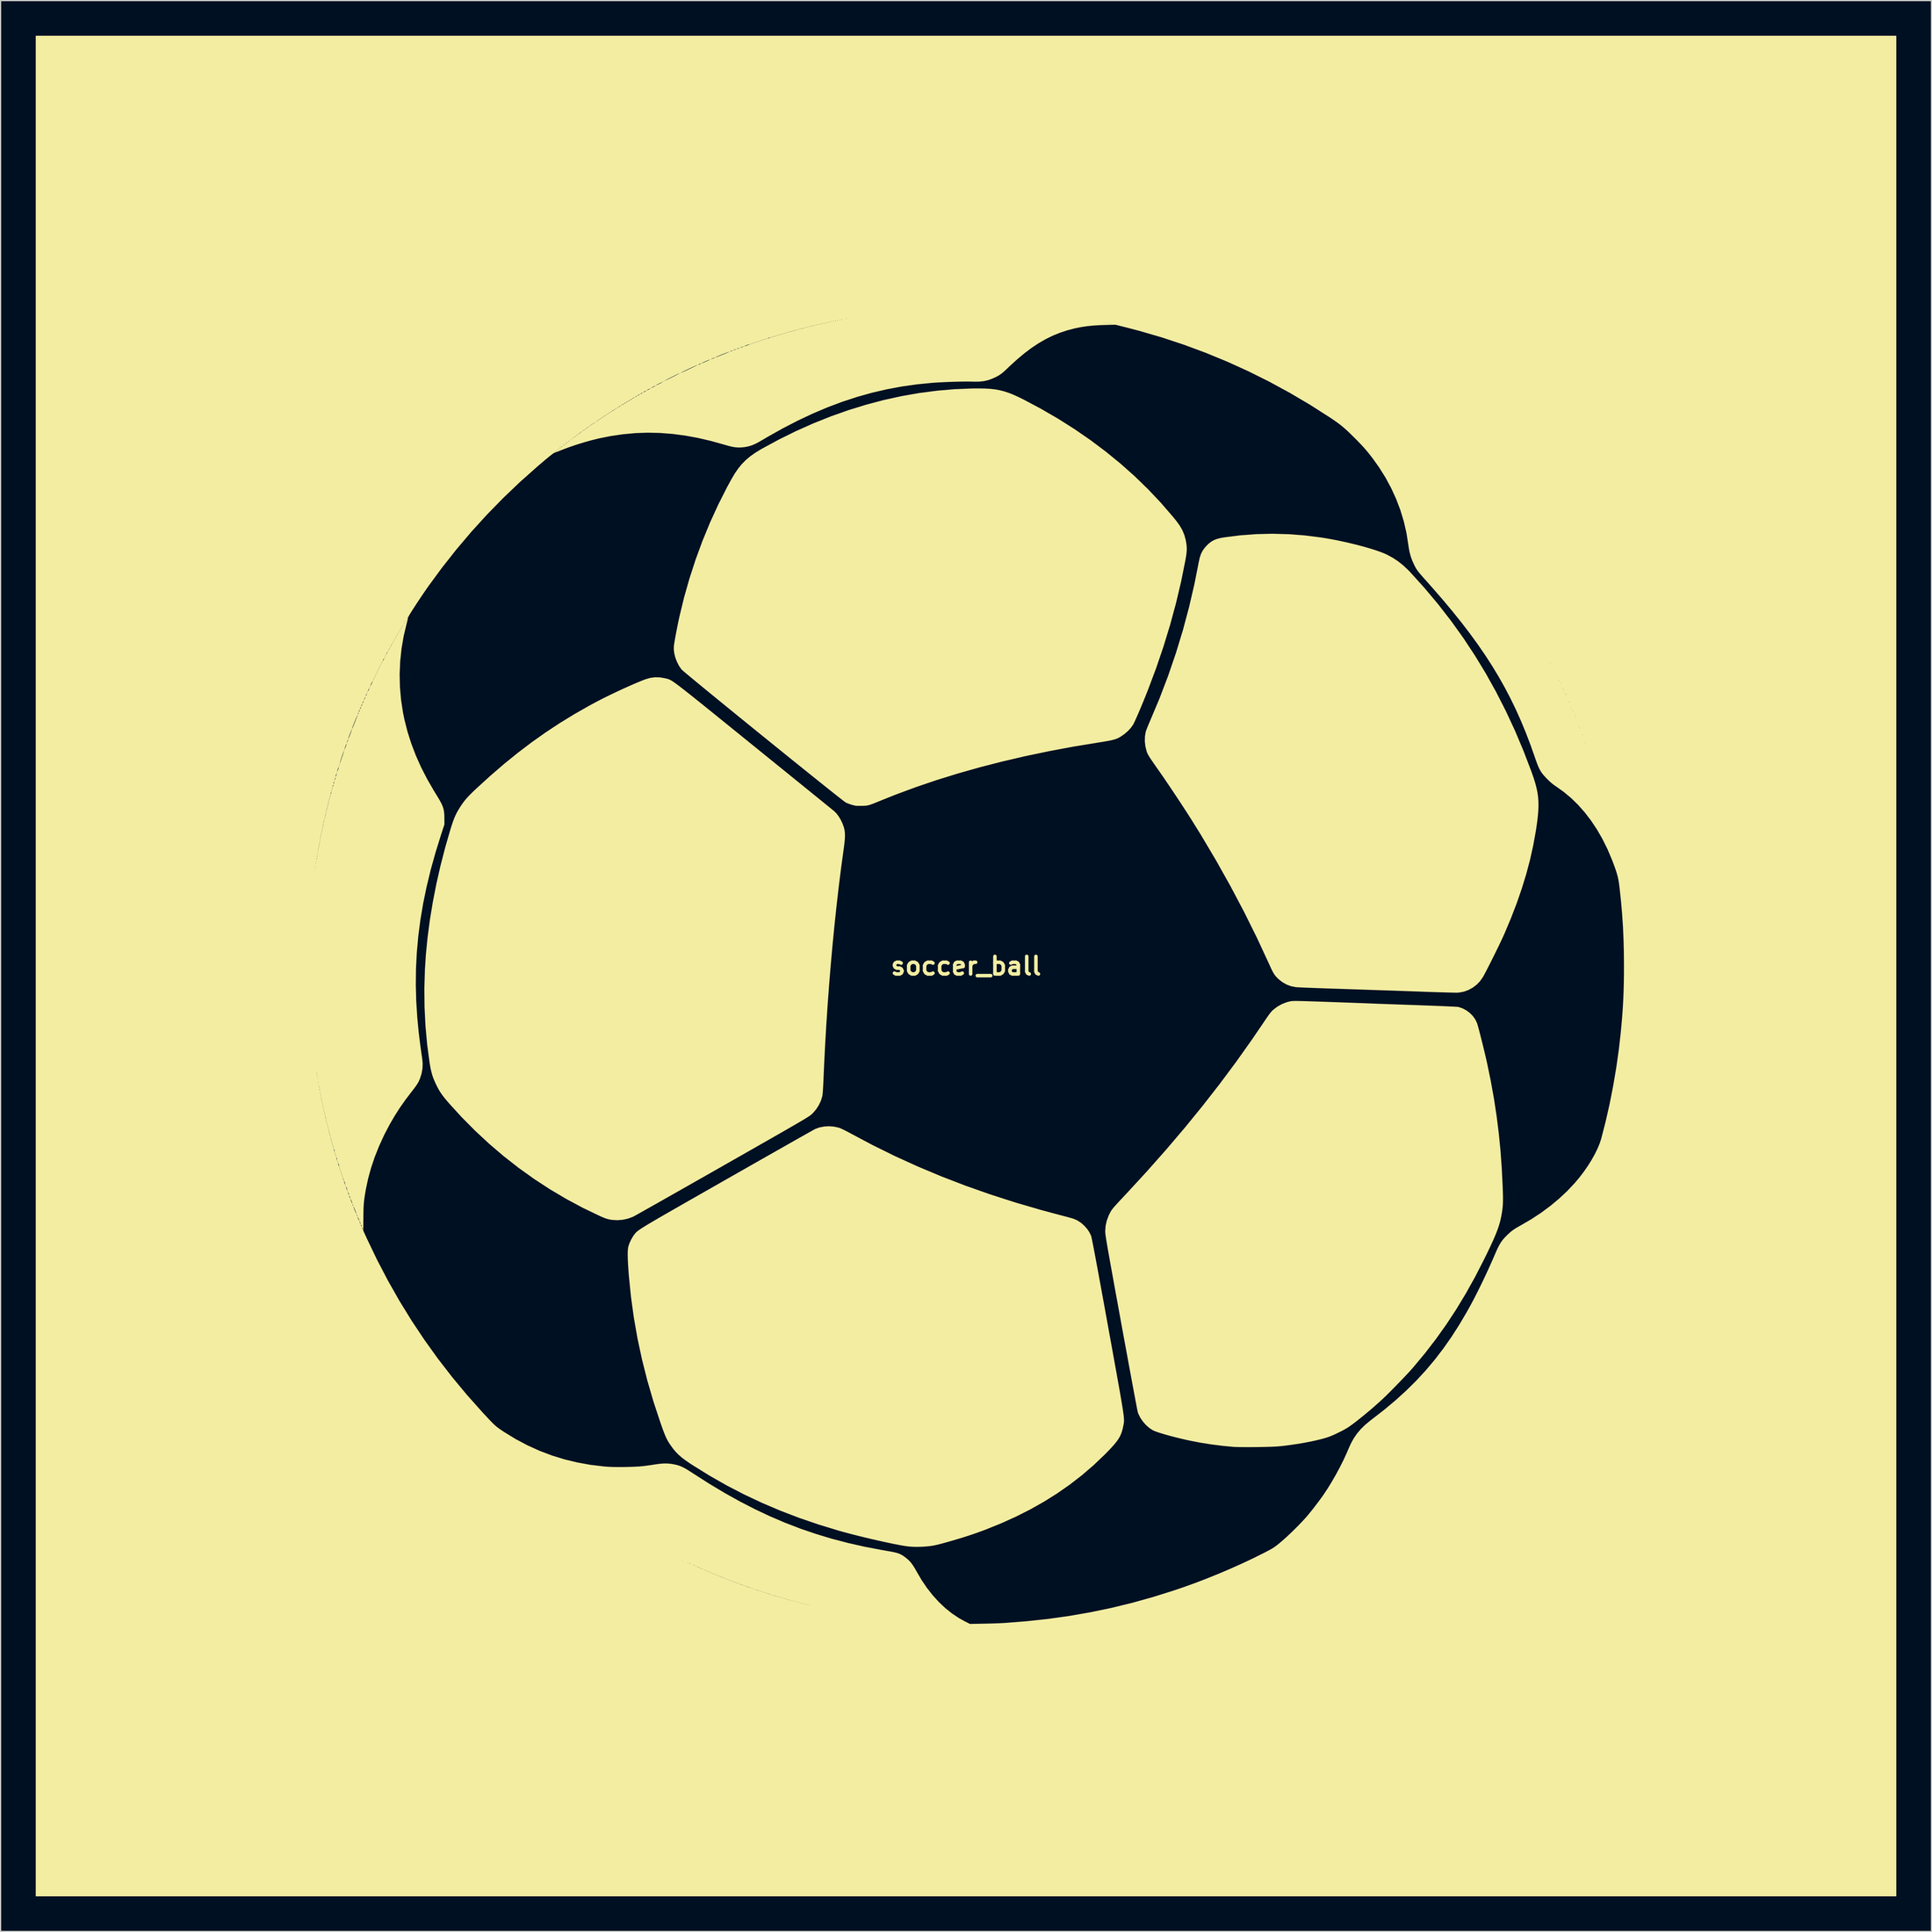
<source format=kicad_pcb>
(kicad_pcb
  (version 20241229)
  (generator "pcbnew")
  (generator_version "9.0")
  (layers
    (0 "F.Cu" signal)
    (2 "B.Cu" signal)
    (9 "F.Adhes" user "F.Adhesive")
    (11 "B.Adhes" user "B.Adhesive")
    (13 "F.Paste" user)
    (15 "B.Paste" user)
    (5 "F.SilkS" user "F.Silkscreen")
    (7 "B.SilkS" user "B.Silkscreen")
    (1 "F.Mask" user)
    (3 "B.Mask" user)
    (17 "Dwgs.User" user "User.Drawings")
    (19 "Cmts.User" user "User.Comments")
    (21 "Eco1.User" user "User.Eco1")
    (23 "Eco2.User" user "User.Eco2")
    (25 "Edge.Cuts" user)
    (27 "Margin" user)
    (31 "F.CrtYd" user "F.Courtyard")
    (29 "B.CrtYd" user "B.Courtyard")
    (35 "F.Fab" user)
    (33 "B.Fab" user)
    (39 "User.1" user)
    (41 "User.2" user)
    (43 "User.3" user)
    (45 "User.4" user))
  (footprint "soccer_ball"
    (layer "F.Cu")
    (at 79.375 79.375)
    (property "Reference" "soccer_ball" (at 0 0 0) (layer "F.SilkS") (effects (font (size 1.5 1.5) (thickness 0.3))))
    (attr board_only exclude_from_pos_files exclude_from_bom)
    (fp_poly (pts (xy 1.617 -49.273) (xy 2.074 -49.246) (xy 2.496 -49.198) (xy 2.897 -49.124) (xy 3.289 -49.022) (xy 3.687 -48.888) (xy 4.104 -48.719) (xy 4.554 -48.512) (xy 4.886 -48.348) (xy 6.404 -47.54) (xy 7.87 -46.689) (xy 9.284 -45.793) (xy 10.645 -44.853) (xy 11.952 -43.871) (xy 13.205 -42.846) (xy 14.402 -41.78) (xy 15.542 -40.672) (xy 16.626 -39.525) (xy 17.652 -38.337) (xy 17.93 -37.996) (xy 18.225 -37.592) (xy 18.457 -37.188) (xy 18.63 -36.773) (xy 18.75 -36.332) (xy 18.8 -36.039) (xy 18.824 -35.834) (xy 18.834 -35.641) (xy 18.831 -35.442) (xy 18.812 -35.224) (xy 18.777 -34.971) (xy 18.726 -34.667) (xy 18.715 -34.609) (xy 18.348 -32.787) (xy 17.914 -30.953) (xy 17.414 -29.11) (xy 16.849 -27.262) (xy 16.22 -25.414) (xy 15.528 -23.57) (xy 15.302 -23.001) (xy 15.141 -22.606) (xy 14.984 -22.226) (xy 14.833 -21.868) (xy 14.693 -21.539) (xy 14.564 -21.245) (xy 14.451 -20.993) (xy 14.356 -20.79) (xy 14.282 -20.641) (xy 14.247 -20.579) (xy 14.055 -20.311) (xy 13.809 -20.047) (xy 13.524 -19.8) (xy 13.217 -19.586) (xy 12.999 -19.464) (xy 12.884 -19.41) (xy 12.758 -19.362) (xy 12.612 -19.317) (xy 12.44 -19.273) (xy 12.231 -19.228) (xy 11.978 -19.181) (xy 11.672 -19.13) (xy 11.306 -19.072) (xy 11.271 -19.067) (xy 9.172 -18.722) (xy 7.112 -18.338) (xy 5.094 -17.916) (xy 3.121 -17.457) (xy 1.194 -16.962) (xy -0.683 -16.431) (xy -2.507 -15.866) (xy -4.275 -15.266) (xy -5.986 -14.632) (xy -7.161 -14.163) (xy -7.469 -14.037) (xy -7.721 -13.934) (xy -7.925 -13.854) (xy -8.092 -13.792) (xy -8.229 -13.746) (xy -8.347 -13.714) (xy -8.454 -13.693) (xy -8.56 -13.68) (xy -8.673 -13.673) (xy -8.802 -13.669) (xy -8.872 -13.668) (xy -9.053 -13.666) (xy -9.215 -13.666) (xy -9.341 -13.669) (xy -9.415 -13.674) (xy -9.419 -13.675) (xy -9.661 -13.731) (xy -9.909 -13.808) (xy -10.135 -13.894) (xy -10.264 -13.955) (xy -10.318 -13.991) (xy -10.423 -14.069) (xy -10.578 -14.188) (xy -10.778 -14.344) (xy -11.021 -14.535) (xy -11.304 -14.759) (xy -11.624 -15.013) (xy -11.979 -15.296) (xy -12.365 -15.605) (xy -12.78 -15.937) (xy -13.22 -16.29) (xy -13.683 -16.663) (xy -14.166 -17.051) (xy -14.666 -17.454) (xy -15.181 -17.869) (xy -15.706 -18.294) (xy -16.24 -18.725) (xy -16.779 -19.162) (xy -17.321 -19.6) (xy -17.863 -20.039) (xy -18.401 -20.476) (xy -18.934 -20.909) (xy -19.457 -21.334) (xy -19.969 -21.751) (xy -20.466 -22.156) (xy -20.946 -22.547) (xy -21.404 -22.922) (xy -21.84 -23.278) (xy -22.249 -23.613) (xy -22.63 -23.926) (xy -22.978 -24.212) (xy -23.291 -24.471) (xy -23.567 -24.7) (xy -23.802 -24.896) (xy -23.993 -25.057) (xy -24.138 -25.181) (xy -24.234 -25.266) (xy -24.277 -25.308) (xy -24.484 -25.607) (xy -24.658 -25.941) (xy -24.795 -26.294) (xy -24.888 -26.653) (xy -24.932 -27) (xy -24.927 -27.293) (xy -24.909 -27.433) (xy -24.878 -27.631) (xy -24.836 -27.876) (xy -24.786 -28.157) (xy -24.729 -28.462) (xy -24.667 -28.781) (xy -24.603 -29.103) (xy -24.539 -29.415) (xy -24.476 -29.708) (xy -24.462 -29.774) (xy -24.064 -31.42) (xy -23.601 -33.054) (xy -23.075 -34.671) (xy -22.49 -36.265) (xy -21.846 -37.83) (xy -21.146 -39.359) (xy -20.393 -40.849) (xy -20.022 -41.531) (xy -19.735 -42.016) (xy -19.442 -42.443) (xy -19.131 -42.823) (xy -18.794 -43.167) (xy -18.419 -43.484) (xy -17.996 -43.785) (xy -17.515 -44.081) (xy -17.435 -44.127) (xy -15.983 -44.914) (xy -14.516 -45.638) (xy -13.036 -46.298) (xy -11.545 -46.894) (xy -10.044 -47.426) (xy -8.538 -47.891) (xy -7.026 -48.291) (xy -5.512 -48.624) (xy -3.998 -48.89) (xy -2.486 -49.088) (xy -0.979 -49.217) (xy 0.523 -49.278) (xy 1.111 -49.282)) (stroke (width 0) (type solid)) (fill yes) (layer "F.SilkS"))
    (fp_poly (pts (xy 27.534 -36.845) (xy 28.915 -36.739) (xy 30.296 -36.563) (xy 30.741 -36.492) (xy 31.267 -36.398) (xy 31.804 -36.292) (xy 32.344 -36.176) (xy 32.879 -36.052) (xy 33.402 -35.922) (xy 33.904 -35.788) (xy 34.378 -35.653) (xy 34.817 -35.518) (xy 35.211 -35.385) (xy 35.555 -35.258) (xy 35.839 -35.137) (xy 35.928 -35.093) (xy 36.413 -34.829) (xy 36.856 -34.538) (xy 37.274 -34.209) (xy 37.683 -33.829) (xy 37.908 -33.597) (xy 39.126 -32.249) (xy 40.285 -30.867) (xy 41.386 -29.448) (xy 42.43 -27.992) (xy 43.418 -26.496) (xy 44.352 -24.96) (xy 45.232 -23.38) (xy 46.06 -21.756) (xy 46.836 -20.087) (xy 47.561 -18.369) (xy 48.237 -16.602) (xy 48.276 -16.492) (xy 48.434 -16.039) (xy 48.565 -15.62) (xy 48.67 -15.225) (xy 48.75 -14.844) (xy 48.805 -14.469) (xy 48.836 -14.088) (xy 48.844 -13.693) (xy 48.83 -13.274) (xy 48.793 -12.82) (xy 48.736 -12.323) (xy 48.657 -11.773) (xy 48.612 -11.483) (xy 48.393 -10.277) (xy 48.123 -9.065) (xy 47.799 -7.844) (xy 47.42 -6.607) (xy 46.985 -5.351) (xy 46.492 -4.07) (xy 45.939 -2.758) (xy 45.913 -2.699) (xy 45.821 -2.496) (xy 45.706 -2.248) (xy 45.571 -1.965) (xy 45.422 -1.655) (xy 45.262 -1.327) (xy 45.096 -0.989) (xy 44.928 -0.651) (xy 44.762 -0.32) (xy 44.603 -0.006) (xy 44.455 0.283) (xy 44.322 0.539) (xy 44.209 0.751) (xy 44.12 0.912) (xy 44.09 0.965) (xy 43.851 1.301) (xy 43.562 1.597) (xy 43.232 1.847) (xy 42.871 2.044) (xy 42.487 2.185) (xy 42.09 2.262) (xy 41.937 2.274) (xy 41.849 2.275) (xy 41.697 2.274) (xy 41.487 2.27) (xy 41.225 2.263) (xy 40.918 2.255) (xy 40.572 2.245) (xy 40.193 2.234) (xy 39.788 2.22) (xy 39.363 2.206) (xy 38.924 2.19) (xy 38.911 2.19) (xy 38.458 2.173) (xy 38.008 2.157) (xy 37.569 2.141) (xy 37.148 2.126) (xy 36.753 2.112) (xy 36.392 2.099) (xy 36.072 2.088) (xy 35.8 2.079) (xy 35.586 2.072) (xy 35.454 2.068) (xy 35.194 2.059) (xy 34.925 2.051) (xy 34.666 2.042) (xy 34.437 2.034) (xy 34.259 2.028) (xy 34.255 2.027) (xy 34.147 2.024) (xy 33.976 2.018) (xy 33.748 2.01) (xy 33.469 2) (xy 33.146 1.99) (xy 32.786 1.978) (xy 32.396 1.965) (xy 31.982 1.951) (xy 31.55 1.937) (xy 31.133 1.924) (xy 30.695 1.909) (xy 30.27 1.894) (xy 29.866 1.88) (xy 29.488 1.865) (xy 29.143 1.852) (xy 28.836 1.839) (xy 28.575 1.827) (xy 28.366 1.816) (xy 28.214 1.808) (xy 28.127 1.801) (xy 27.727 1.721) (xy 27.342 1.576) (xy 26.98 1.369) (xy 26.651 1.106) (xy 26.607 1.063) (xy 26.496 0.949) (xy 26.4 0.84) (xy 26.314 0.725) (xy 26.23 0.592) (xy 26.143 0.432) (xy 26.045 0.233) (xy 25.93 -0.014) (xy 25.862 -0.166) (xy 24.83 -2.392) (xy 23.729 -4.611) (xy 22.563 -6.819) (xy 21.333 -9.013) (xy 20.042 -11.188) (xy 19.245 -12.471) (xy 19.023 -12.82) (xy 18.771 -13.21) (xy 18.498 -13.63) (xy 18.21 -14.069) (xy 17.914 -14.515) (xy 17.618 -14.96) (xy 17.329 -15.39) (xy 17.054 -15.796) (xy 16.801 -16.167) (xy 16.576 -16.491) (xy 16.526 -16.563) (xy 16.295 -16.892) (xy 16.101 -17.169) (xy 15.941 -17.401) (xy 15.81 -17.593) (xy 15.705 -17.75) (xy 15.623 -17.88) (xy 15.559 -17.987) (xy 15.509 -18.079) (xy 15.471 -18.159) (xy 15.44 -18.236) (xy 15.413 -18.313) (xy 15.408 -18.329) (xy 15.303 -18.747) (xy 15.256 -19.178) (xy 15.268 -19.603) (xy 15.334 -19.985) (xy 15.364 -20.081) (xy 15.418 -20.227) (xy 15.491 -20.412) (xy 15.578 -20.623) (xy 15.673 -20.845) (xy 15.704 -20.916) (xy 16.506 -22.823) (xy 17.241 -24.749) (xy 17.907 -26.694) (xy 18.506 -28.658) (xy 19.036 -30.643) (xy 19.5 -32.647) (xy 19.862 -34.484) (xy 19.942 -34.844) (xy 20.045 -35.151) (xy 20.179 -35.421) (xy 20.353 -35.67) (xy 20.556 -35.897) (xy 20.758 -36.085) (xy 20.963 -36.235) (xy 21.184 -36.354) (xy 21.436 -36.447) (xy 21.732 -36.522) (xy 22.066 -36.581) (xy 23.419 -36.751) (xy 24.783 -36.851) (xy 26.156 -36.883)) (stroke (width 0) (type solid)) (fill yes) (layer "F.SilkS"))
    (fp_poly (pts (xy -26.115 -24.627) (xy -25.67 -24.551) (xy -25.607 -24.535) (xy -25.549 -24.521) (xy -25.496 -24.508) (xy -25.444 -24.494) (xy -25.392 -24.477) (xy -25.338 -24.457) (xy -25.28 -24.431) (xy -25.214 -24.398) (xy -25.14 -24.355) (xy -25.055 -24.303) (xy -24.958 -24.238) (xy -24.844 -24.159) (xy -24.714 -24.065) (xy -24.564 -23.954) (xy -24.393 -23.824) (xy -24.198 -23.674) (xy -23.977 -23.501) (xy -23.728 -23.305) (xy -23.449 -23.084) (xy -23.138 -22.836) (xy -22.793 -22.559) (xy -22.411 -22.252) (xy -21.99 -21.912) (xy -21.529 -21.54) (xy -21.024 -21.132) (xy -20.475 -20.688) (xy -19.878 -20.205) (xy -19.232 -19.682) (xy -18.535 -19.117) (xy -18.095 -18.761) (xy -17.49 -18.271) (xy -16.899 -17.792) (xy -16.324 -17.327) (xy -15.767 -16.876) (xy -15.231 -16.442) (xy -14.718 -16.026) (xy -14.231 -15.632) (xy -13.772 -15.26) (xy -13.344 -14.913) (xy -12.948 -14.592) (xy -12.588 -14.3) (xy -12.265 -14.038) (xy -11.982 -13.809) (xy -11.742 -13.614) (xy -11.547 -13.456) (xy -11.399 -13.335) (xy -11.3 -13.255) (xy -11.254 -13.217) (xy -11.251 -13.215) (xy -11.054 -13.017) (xy -10.864 -12.764) (xy -10.689 -12.473) (xy -10.54 -12.161) (xy -10.426 -11.845) (xy -10.404 -11.765) (xy -10.366 -11.598) (xy -10.342 -11.423) (xy -10.33 -11.232) (xy -10.332 -11.015) (xy -10.347 -10.763) (xy -10.377 -10.467) (xy -10.42 -10.117) (xy -10.456 -9.86) (xy -10.659 -8.369) (xy -10.854 -6.817) (xy -11.039 -5.213) (xy -11.215 -3.566) (xy -11.381 -1.884) (xy -11.535 -0.177) (xy -11.677 1.546) (xy -11.806 3.276) (xy -11.921 5.004) (xy -12.022 6.722) (xy -12.107 8.42) (xy -12.153 9.472) (xy -12.171 9.882) (xy -12.189 10.24) (xy -12.207 10.544) (xy -12.225 10.79) (xy -12.243 10.973) (xy -12.26 11.09) (xy -12.261 11.095) (xy -12.377 11.483) (xy -12.555 11.863) (xy -12.786 12.222) (xy -13.064 12.546) (xy -13.151 12.631) (xy -13.183 12.66) (xy -13.219 12.69) (xy -13.261 12.723) (xy -13.312 12.761) (xy -13.375 12.804) (xy -13.451 12.855) (xy -13.543 12.913) (xy -13.653 12.982) (xy -13.784 13.062) (xy -13.938 13.154) (xy -14.118 13.26) (xy -14.325 13.382) (xy -14.562 13.52) (xy -14.832 13.676) (xy -15.137 13.852) (xy -15.479 14.049) (xy -15.86 14.268) (xy -16.284 14.51) (xy -16.751 14.777) (xy -17.266 15.071) (xy -17.829 15.392) (xy -18.444 15.743) (xy -19.112 16.124) (xy -19.837 16.536) (xy -20.62 16.982) (xy -20.796 17.083) (xy -21.468 17.465) (xy -22.124 17.838) (xy -22.764 18.202) (xy -23.384 18.554) (xy -23.981 18.893) (xy -24.552 19.218) (xy -25.096 19.526) (xy -25.608 19.816) (xy -26.086 20.087) (xy -26.528 20.337) (xy -26.931 20.564) (xy -27.292 20.768) (xy -27.608 20.946) (xy -27.876 21.096) (xy -28.094 21.218) (xy -28.258 21.309) (xy -28.367 21.369) (xy -28.416 21.395) (xy -28.838 21.552) (xy -29.288 21.65) (xy -29.754 21.686) (xy -30.222 21.659) (xy -30.226 21.658) (xy -30.415 21.627) (xy -30.598 21.583) (xy -30.792 21.52) (xy -31.014 21.431) (xy -31.246 21.329) (xy -32.696 20.632) (xy -34.115 19.871) (xy -35.502 19.049) (xy -36.853 18.167) (xy -38.169 17.225) (xy -39.446 16.226) (xy -40.684 15.17) (xy -41.881 14.058) (xy -43.036 12.893) (xy -44.05 11.783) (xy -44.297 11.498) (xy -44.501 11.251) (xy -44.672 11.03) (xy -44.818 10.824) (xy -44.946 10.621) (xy -45.065 10.409) (xy -45.165 10.213) (xy -45.316 9.894) (xy -45.439 9.601) (xy -45.539 9.317) (xy -45.621 9.022) (xy -45.692 8.699) (xy -45.758 8.327) (xy -45.772 8.24) (xy -45.978 6.692) (xy -46.121 5.117) (xy -46.201 3.522) (xy -46.217 1.913) (xy -46.169 0.294) (xy -46.089 -0.953) (xy -45.945 -2.425) (xy -45.746 -3.931) (xy -45.494 -5.463) (xy -45.191 -7.012) (xy -44.837 -8.571) (xy -44.434 -10.13) (xy -43.997 -11.642) (xy -43.879 -12.018) (xy -43.771 -12.338) (xy -43.666 -12.616) (xy -43.558 -12.865) (xy -43.442 -13.099) (xy -43.311 -13.33) (xy -43.16 -13.573) (xy -43.108 -13.652) (xy -42.973 -13.852) (xy -42.837 -14.037) (xy -42.692 -14.217) (xy -42.53 -14.401) (xy -42.342 -14.599) (xy -42.119 -14.82) (xy -41.855 -15.073) (xy -41.744 -15.177) (xy -40.569 -16.247) (xy -39.401 -17.253) (xy -38.232 -18.2) (xy -37.055 -19.093) (xy -35.864 -19.936) (xy -34.652 -20.735) (xy -33.411 -21.495) (xy -32.136 -22.22) (xy -31.485 -22.57) (xy -31.09 -22.775) (xy -30.658 -22.991) (xy -30.201 -23.213) (xy -29.732 -23.436) (xy -29.26 -23.654) (xy -28.798 -23.863) (xy -28.356 -24.057) (xy -27.947 -24.23) (xy -27.58 -24.379) (xy -27.373 -24.459) (xy -26.959 -24.581) (xy -26.542 -24.637)) (stroke (width 0) (type solid)) (fill yes) (layer "F.SilkS"))
    (fp_poly (pts (xy -11.293 13.7) (xy -10.894 13.784) (xy -10.815 13.807) (xy -10.71 13.848) (xy -10.556 13.918) (xy -10.366 14.01) (xy -10.152 14.119) (xy -9.929 14.237) (xy -9.822 14.296) (xy -7.96 15.285) (xy -6.053 16.225) (xy -4.098 17.114) (xy -2.097 17.953) (xy -0.048 18.742) (xy 2.051 19.482) (xy 4.198 20.173) (xy 6.396 20.815) (xy 7.92 21.224) (xy 8.189 21.294) (xy 8.447 21.362) (xy 8.682 21.425) (xy 8.884 21.48) (xy 9.041 21.524) (xy 9.143 21.553) (xy 9.156 21.558) (xy 9.493 21.703) (xy 9.818 21.917) (xy 10.088 22.157) (xy 10.324 22.419) (xy 10.508 22.687) (xy 10.655 22.982) (xy 10.673 23.028) (xy 10.689 23.079) (xy 10.712 23.182) (xy 10.745 23.336) (xy 10.787 23.543) (xy 10.839 23.804) (xy 10.9 24.121) (xy 10.971 24.495) (xy 11.052 24.927) (xy 11.144 25.418) (xy 11.246 25.969) (xy 11.359 26.583) (xy 11.484 27.259) (xy 11.619 28) (xy 11.766 28.807) (xy 11.925 29.68) (xy 12.096 30.621) (xy 12.116 30.734) (xy 12.274 31.604) (xy 12.42 32.407) (xy 12.554 33.147) (xy 12.676 33.826) (xy 12.789 34.446) (xy 12.89 35.012) (xy 12.982 35.525) (xy 13.065 35.989) (xy 13.138 36.407) (xy 13.203 36.78) (xy 13.26 37.113) (xy 13.309 37.408) (xy 13.351 37.667) (xy 13.386 37.894) (xy 13.415 38.092) (xy 13.438 38.263) (xy 13.455 38.411) (xy 13.468 38.537) (xy 13.475 38.646) (xy 13.479 38.739) (xy 13.479 38.821) (xy 13.476 38.892) (xy 13.469 38.957) (xy 13.461 39.019) (xy 13.45 39.079) (xy 13.438 39.142) (xy 13.425 39.209) (xy 13.423 39.22) (xy 13.369 39.473) (xy 13.307 39.703) (xy 13.231 39.917) (xy 13.137 40.123) (xy 13.019 40.329) (xy 12.873 40.541) (xy 12.695 40.767) (xy 12.478 41.015) (xy 12.219 41.292) (xy 11.913 41.605) (xy 11.819 41.7) (xy 10.881 42.593) (xy 9.898 43.438) (xy 8.868 44.237) (xy 7.79 44.99) (xy 6.662 45.699) (xy 5.482 46.364) (xy 4.25 46.986) (xy 2.962 47.567) (xy 1.619 48.107) (xy 0.868 48.382) (xy 0.537 48.496) (xy 0.171 48.617) (xy -0.221 48.742) (xy -0.626 48.867) (xy -1.032 48.988) (xy -1.43 49.103) (xy -1.808 49.209) (xy -2.154 49.301) (xy -2.457 49.378) (xy -2.706 49.434) (xy -2.732 49.439) (xy -3.032 49.489) (xy -3.381 49.526) (xy -3.758 49.55) (xy -4.139 49.56) (xy -4.506 49.555) (xy -4.835 49.534) (xy -4.886 49.529) (xy -5.121 49.498) (xy -5.416 49.451) (xy -5.764 49.387) (xy -6.157 49.311) (xy -6.587 49.222) (xy -7.046 49.123) (xy -7.527 49.016) (xy -8.023 48.902) (xy -8.525 48.783) (xy -9.025 48.662) (xy -9.517 48.538) (xy -9.992 48.415) (xy -10.443 48.295) (xy -10.861 48.178) (xy -10.866 48.176) (xy -12.575 47.656) (xy -14.234 47.088) (xy -15.845 46.471) (xy -17.411 45.804) (xy -18.937 45.086) (xy -20.424 44.315) (xy -21.875 43.489) (xy -23.295 42.608) (xy -23.583 42.42) (xy -23.953 42.166) (xy -24.269 41.925) (xy -24.543 41.684) (xy -24.787 41.432) (xy -25.015 41.157) (xy -25.237 40.846) (xy -25.315 40.729) (xy -25.402 40.591) (xy -25.481 40.451) (xy -25.558 40.302) (xy -25.635 40.135) (xy -25.717 39.94) (xy -25.807 39.708) (xy -25.909 39.43) (xy -26.027 39.098) (xy -26.081 38.942) (xy -26.673 37.15) (xy -27.194 35.361) (xy -27.646 33.572) (xy -28.03 31.782) (xy -28.345 29.986) (xy -28.592 28.184) (xy -28.773 26.373) (xy -28.805 25.947) (xy -28.836 25.47) (xy -28.857 25.06) (xy -28.866 24.712) (xy -28.865 24.424) (xy -28.852 24.19) (xy -28.829 24.009) (xy -28.809 23.92) (xy -28.708 23.629) (xy -28.569 23.331) (xy -28.408 23.058) (xy -28.353 22.979) (xy -28.316 22.929) (xy -28.283 22.883) (xy -28.249 22.839) (xy -28.214 22.796) (xy -28.174 22.752) (xy -28.127 22.706) (xy -28.071 22.657) (xy -28.004 22.603) (xy -27.922 22.542) (xy -27.825 22.474) (xy -27.709 22.396) (xy -27.572 22.308) (xy -27.412 22.208) (xy -27.227 22.095) (xy -27.014 21.967) (xy -26.77 21.822) (xy -26.494 21.66) (xy -26.183 21.479) (xy -25.835 21.278) (xy -25.448 21.055) (xy -25.018 20.808) (xy -24.544 20.537) (xy -24.024 20.239) (xy -23.455 19.914) (xy -22.834 19.561) (xy -22.16 19.176) (xy -21.43 18.761) (xy -20.642 18.311) (xy -20.408 18.178) (xy -19.739 17.797) (xy -19.085 17.425) (xy -18.448 17.062) (xy -17.831 16.711) (xy -17.237 16.374) (xy -16.669 16.051) (xy -16.129 15.744) (xy -15.62 15.456) (xy -15.146 15.187) (xy -14.708 14.939) (xy -14.31 14.713) (xy -13.954 14.512) (xy -13.642 14.337) (xy -13.379 14.188) (xy -13.166 14.069) (xy -13.006 13.98) (xy -12.902 13.923) (xy -12.859 13.9) (xy -12.503 13.771) (xy -12.113 13.695) (xy -11.705 13.671)) (stroke (width 0) (type solid)) (fill yes) (layer "F.SilkS"))
    (fp_poly (pts (xy 28.228 2.982) (xy 28.398 2.985) (xy 28.604 2.989) (xy 28.85 2.996) (xy 29.142 3.004) (xy 29.483 3.015) (xy 29.88 3.028) (xy 30.336 3.044) (xy 30.857 3.062) (xy 31.011 3.067) (xy 31.482 3.084) (xy 31.941 3.1) (xy 32.381 3.116) (xy 32.796 3.131) (xy 33.181 3.145) (xy 33.53 3.157) (xy 33.836 3.169) (xy 34.094 3.178) (xy 34.297 3.186) (xy 34.44 3.192) (xy 34.502 3.194) (xy 34.595 3.198) (xy 34.753 3.204) (xy 34.971 3.213) (xy 35.242 3.223) (xy 35.562 3.234) (xy 35.925 3.248) (xy 36.325 3.262) (xy 36.757 3.277) (xy 37.216 3.294) (xy 37.695 3.311) (xy 38.189 3.328) (xy 38.382 3.335) (xy 38.874 3.353) (xy 39.349 3.37) (xy 39.8 3.387) (xy 40.224 3.404) (xy 40.615 3.42) (xy 40.968 3.435) (xy 41.277 3.449) (xy 41.539 3.462) (xy 41.748 3.473) (xy 41.899 3.482) (xy 41.987 3.489) (xy 42.005 3.492) (xy 42.354 3.608) (xy 42.682 3.78) (xy 42.98 4) (xy 43.239 4.26) (xy 43.448 4.551) (xy 43.599 4.865) (xy 43.606 4.884) (xy 43.64 4.993) (xy 43.688 5.161) (xy 43.748 5.381) (xy 43.817 5.642) (xy 43.893 5.937) (xy 43.973 6.255) (xy 44.057 6.589) (xy 44.141 6.929) (xy 44.222 7.267) (xy 44.3 7.592) (xy 44.372 7.898) (xy 44.434 8.174) (xy 44.464 8.308) (xy 44.774 9.81) (xy 45.04 11.287) (xy 45.265 12.753) (xy 45.451 14.223) (xy 45.599 15.711) (xy 45.711 17.232) (xy 45.788 18.799) (xy 45.793 18.927) (xy 45.806 19.324) (xy 45.814 19.663) (xy 45.815 19.954) (xy 45.81 20.209) (xy 45.798 20.439) (xy 45.779 20.655) (xy 45.752 20.87) (xy 45.717 21.094) (xy 45.716 21.096) (xy 45.668 21.362) (xy 45.613 21.619) (xy 45.549 21.874) (xy 45.473 22.134) (xy 45.382 22.404) (xy 45.276 22.692) (xy 45.15 23.003) (xy 45.003 23.345) (xy 44.831 23.723) (xy 44.633 24.144) (xy 44.406 24.615) (xy 44.167 25.1) (xy 43.419 26.556) (xy 42.64 27.951) (xy 41.829 29.292) (xy 40.98 30.584) (xy 40.091 31.833) (xy 39.158 33.043) (xy 38.176 34.221) (xy 38.08 34.332) (xy 37.92 34.512) (xy 37.721 34.729) (xy 37.491 34.974) (xy 37.238 35.24) (xy 36.971 35.518) (xy 36.698 35.799) (xy 36.427 36.075) (xy 36.167 36.338) (xy 35.925 36.578) (xy 35.711 36.787) (xy 35.531 36.957) (xy 35.459 37.024) (xy 35.206 37.252) (xy 34.992 37.443) (xy 34.805 37.609) (xy 34.632 37.759) (xy 34.46 37.906) (xy 34.277 38.06) (xy 34.186 38.136) (xy 33.818 38.438) (xy 33.476 38.712) (xy 33.166 38.954) (xy 32.891 39.158) (xy 32.659 39.321) (xy 32.525 39.408) (xy 32.31 39.534) (xy 32.054 39.672) (xy 31.775 39.812) (xy 31.494 39.946) (xy 31.23 40.064) (xy 31.001 40.156) (xy 30.953 40.174) (xy 30.625 40.279) (xy 30.237 40.385) (xy 29.797 40.49) (xy 29.315 40.592) (xy 28.802 40.688) (xy 28.265 40.779) (xy 27.716 40.86) (xy 27.163 40.932) (xy 26.741 40.978) (xy 26.56 40.993) (xy 26.32 41.006) (xy 26.031 41.018) (xy 25.703 41.028) (xy 25.348 41.036) (xy 24.977 41.043) (xy 24.599 41.047) (xy 24.226 41.05) (xy 23.869 41.05) (xy 23.538 41.048) (xy 23.244 41.044) (xy 22.997 41.037) (xy 22.809 41.027) (xy 22.789 41.026) (xy 21.841 40.935) (xy 20.877 40.81) (xy 19.926 40.657) (xy 19.191 40.515) (xy 18.795 40.43) (xy 18.394 40.337) (xy 17.996 40.241) (xy 17.609 40.142) (xy 17.241 40.043) (xy 16.899 39.946) (xy 16.593 39.853) (xy 16.331 39.768) (xy 16.12 39.691) (xy 15.968 39.626) (xy 15.946 39.614) (xy 15.642 39.417) (xy 15.354 39.164) (xy 15.094 38.869) (xy 14.874 38.547) (xy 14.707 38.212) (xy 14.658 38.082) (xy 14.647 38.031) (xy 14.623 37.914) (xy 14.587 37.733) (xy 14.541 37.493) (xy 14.485 37.197) (xy 14.419 36.848) (xy 14.344 36.449) (xy 14.261 36.003) (xy 14.17 35.514) (xy 14.072 34.985) (xy 13.967 34.42) (xy 13.857 33.82) (xy 13.741 33.191) (xy 13.621 32.535) (xy 13.496 31.855) (xy 13.368 31.155) (xy 13.238 30.445) (xy 13.083 29.594) (xy 12.94 28.81) (xy 12.808 28.09) (xy 12.688 27.43) (xy 12.579 26.828) (xy 12.48 26.282) (xy 12.39 25.787) (xy 12.31 25.342) (xy 12.239 24.943) (xy 12.176 24.588) (xy 12.12 24.274) (xy 12.072 23.997) (xy 12.031 23.756) (xy 11.996 23.546) (xy 11.966 23.366) (xy 11.942 23.212) (xy 11.923 23.081) (xy 11.908 22.971) (xy 11.896 22.879) (xy 11.888 22.802) (xy 11.883 22.737) (xy 11.88 22.68) (xy 11.879 22.63) (xy 11.879 22.595) (xy 11.912 22.159) (xy 12.008 21.731) (xy 12.168 21.301) (xy 12.241 21.148) (xy 12.285 21.06) (xy 12.326 20.982) (xy 12.37 20.907) (xy 12.419 20.83) (xy 12.48 20.747) (xy 12.556 20.652) (xy 12.652 20.54) (xy 12.771 20.405) (xy 12.919 20.242) (xy 13.1 20.046) (xy 13.319 19.812) (xy 13.579 19.535) (xy 13.723 19.381) (xy 15.436 17.52) (xy 17.08 15.663) (xy 18.659 13.807) (xy 20.174 11.948) (xy 21.627 10.085) (xy 23.021 8.215) (xy 24.357 6.334) (xy 25.324 4.915) (xy 25.517 4.627) (xy 25.678 4.392) (xy 25.812 4.203) (xy 25.923 4.052) (xy 26.018 3.934) (xy 26.102 3.84) (xy 26.179 3.764) (xy 26.194 3.75) (xy 26.557 3.47) (xy 26.956 3.246) (xy 27.379 3.083) (xy 27.642 3.017) (xy 27.695 3.007) (xy 27.75 2.999) (xy 27.812 2.992) (xy 27.886 2.987) (xy 27.977 2.984) (xy 28.089 2.982)) (stroke (width 0) (type solid)) (fill yes) (layer "F.SilkS"))
    (fp_poly (pts (xy 79.375 0) (xy 79.375 79.375) (xy 0 79.375) (xy -79.375 79.375) (xy -79.375 54.522) (xy -13.441 54.522) (xy -13.423 54.539) (xy -13.406 54.522) (xy -13.423 54.504) (xy -13.441 54.522) (xy -79.375 54.522) (xy -79.375 54.487) (xy -13.582 54.487) (xy -13.564 54.504) (xy -13.547 54.487) (xy -13.564 54.469) (xy -13.582 54.487) (xy -79.375 54.487) (xy -79.375 54.451) (xy -13.723 54.451) (xy -13.705 54.469) (xy -13.688 54.451) (xy -13.705 54.434) (xy -13.723 54.451) (xy -79.375 54.451) (xy -79.375 54.416) (xy -13.864 54.416) (xy -13.847 54.434) (xy -13.829 54.416) (xy -13.847 54.398) (xy -13.864 54.416) (xy -79.375 54.416) (xy -79.375 54.381) (xy -14.005 54.381) (xy -13.988 54.398) (xy -13.97 54.381) (xy -13.988 54.363) (xy -14.005 54.381) (xy -79.375 54.381) (xy -79.375 54.345) (xy -14.146 54.345) (xy -14.129 54.363) (xy -14.111 54.345) (xy -14.129 54.328) (xy -14.146 54.345) (xy -79.375 54.345) (xy -79.375 54.31) (xy -14.252 54.31) (xy -14.235 54.328) (xy -14.217 54.31) (xy -14.235 54.292) (xy -14.252 54.31) (xy -79.375 54.31) (xy -79.375 54.275) (xy -14.393 54.275) (xy -14.376 54.292) (xy -14.358 54.275) (xy -14.376 54.257) (xy -14.393 54.275) (xy -79.375 54.275) (xy -79.375 54.24) (xy -14.534 54.24) (xy -14.517 54.257) (xy -14.499 54.24) (xy -14.517 54.222) (xy -14.534 54.24) (xy -79.375 54.24) (xy -79.375 54.204) (xy -14.676 54.204) (xy -14.658 54.222) (xy -14.64 54.204) (xy -14.658 54.187) (xy -14.676 54.204) (xy -79.375 54.204) (xy -79.375 54.169) (xy -14.781 54.169) (xy -14.764 54.187) (xy -14.746 54.169) (xy -14.764 54.151) (xy -14.781 54.169) (xy -79.375 54.169) (xy -79.375 54.134) (xy -14.922 54.134) (xy -14.905 54.151) (xy -14.887 54.134) (xy -14.905 54.116) (xy -14.922 54.134) (xy -79.375 54.134) (xy -79.375 54.098) (xy -15.064 54.098) (xy -15.046 54.116) (xy -15.028 54.098) (xy -15.046 54.081) (xy -15.064 54.098) (xy -79.375 54.098) (xy -79.375 54.057) (xy -15.193 54.057) (xy -15.188 54.078) (xy -15.169 54.081) (xy -15.14 54.068) (xy -15.146 54.057) (xy -15.188 54.053) (xy -15.193 54.057) (xy -79.375 54.057) (xy -79.375 54.028) (xy -15.311 54.028) (xy -15.293 54.046) (xy -15.275 54.028) (xy -15.293 54.01) (xy -15.311 54.028) (xy -79.375 54.028) (xy -79.375 53.987) (xy -15.44 53.987) (xy -15.435 54.008) (xy -15.416 54.01) (xy -15.387 53.997) (xy -15.393 53.987) (xy -15.435 53.983) (xy -15.44 53.987) (xy -79.375 53.987) (xy -79.375 53.957) (xy -15.557 53.957) (xy -15.54 53.975) (xy -15.522 53.957) (xy -15.54 53.94) (xy -15.557 53.957) (xy -79.375 53.957) (xy -79.375 53.922) (xy -15.663 53.922) (xy -15.646 53.94) (xy -15.628 53.922) (xy -15.646 53.904) (xy -15.663 53.922) (xy -79.375 53.922) (xy -79.375 53.887) (xy -15.804 53.887) (xy -15.787 53.904) (xy -15.769 53.887) (xy -15.787 53.869) (xy -15.804 53.887) (xy -79.375 53.887) (xy -79.375 53.852) (xy -15.91 53.852) (xy -15.893 53.869) (xy -15.875 53.852) (xy -15.893 53.834) (xy -15.91 53.852) (xy -79.375 53.852) (xy -79.375 53.81) (xy -16.04 53.81) (xy -16.035 53.831) (xy -16.016 53.834) (xy -15.987 53.821) (xy -15.993 53.81) (xy -16.034 53.806) (xy -16.04 53.81) (xy -79.375 53.81) (xy -79.375 53.781) (xy -16.157 53.781) (xy -16.14 53.799) (xy -16.122 53.781) (xy -16.14 53.763) (xy -16.157 53.781) (xy -79.375 53.781) (xy -79.375 53.74) (xy -16.287 53.74) (xy -16.282 53.761) (xy -16.263 53.763) (xy -16.234 53.75) (xy -16.24 53.74) (xy -16.281 53.736) (xy -16.287 53.74) (xy -79.375 53.74) (xy -79.375 53.705) (xy -16.392 53.705) (xy -16.388 53.726) (xy -16.369 53.728) (xy -16.34 53.715) (xy -16.345 53.705) (xy -16.387 53.7) (xy -16.392 53.705) (xy -79.375 53.705) (xy -79.375 53.675) (xy -16.51 53.675) (xy -16.492 53.693) (xy -16.475 53.675) (xy -16.492 53.657) (xy -16.51 53.675) (xy -79.375 53.675) (xy -79.375 53.64) (xy -16.616 53.64) (xy -16.598 53.657) (xy -16.581 53.64) (xy -16.598 53.622) (xy -16.616 53.64) (xy -79.375 53.64) (xy -79.375 53.599) (xy -16.745 53.599) (xy -16.74 53.62) (xy -16.722 53.622) (xy -16.693 53.609) (xy -16.698 53.599) (xy -16.74 53.594) (xy -16.745 53.599) (xy -79.375 53.599) (xy -79.375 53.563) (xy -16.851 53.563) (xy -16.846 53.584) (xy -16.828 53.587) (xy -16.798 53.574) (xy -16.804 53.563) (xy -16.846 53.559) (xy -16.851 53.563) (xy -79.375 53.563) (xy -79.375 53.528) (xy -16.957 53.528) (xy -16.952 53.549) (xy -16.933 53.552) (xy -16.904 53.539) (xy -16.91 53.528) (xy -16.952 53.524) (xy -16.957 53.528) (xy -79.375 53.528) (xy -79.375 53.499) (xy -17.074 53.499) (xy -17.057 53.516) (xy -17.039 53.499) (xy -17.057 53.481) (xy -17.074 53.499) (xy -79.375 53.499) (xy -79.375 53.463) (xy -17.18 53.463) (xy -17.163 53.481) (xy -17.145 53.463) (xy -17.163 53.446) (xy -17.18 53.463) (xy -79.375 53.463) (xy -79.375 53.428) (xy -17.286 53.428) (xy -17.268 53.446) (xy -17.251 53.428) (xy -17.268 53.411) (xy -17.286 53.428) (xy -79.375 53.428) (xy -79.375 53.393) (xy -17.392 53.393) (xy -17.374 53.411) (xy -17.357 53.393) (xy -17.374 53.375) (xy -17.392 53.393) (xy -79.375 53.393) (xy -79.375 53.358) (xy -17.498 53.358) (xy -17.48 53.375) (xy -17.462 53.358) (xy -17.48 53.34) (xy -17.498 53.358) (xy -79.375 53.358) (xy -79.375 53.322) (xy -17.604 53.322) (xy -17.586 53.34) (xy -17.568 53.322) (xy -17.586 53.305) (xy -17.604 53.322) (xy -79.375 53.322) (xy -79.375 53.281) (xy -17.733 53.281) (xy -17.728 53.302) (xy -17.709 53.305) (xy -17.68 53.292) (xy -17.686 53.281) (xy -17.728 53.277) (xy -17.733 53.281) (xy -79.375 53.281) (xy -79.375 53.246) (xy -17.839 53.246) (xy -17.834 53.267) (xy -17.815 53.269) (xy -17.786 53.257) (xy -17.792 53.246) (xy -17.834 53.242) (xy -17.839 53.246) (xy -79.375 53.246) (xy -79.375 53.217) (xy -17.921 53.217) (xy -17.903 53.234) (xy -17.886 53.217) (xy -17.903 53.199) (xy -17.921 53.217) (xy -79.375 53.217) (xy -79.375 53.181) (xy -18.027 53.181) (xy -18.009 53.199) (xy -17.992 53.181) (xy -18.009 53.164) (xy -18.027 53.181) (xy -79.375 53.181) (xy -79.375 53.146) (xy -18.133 53.146) (xy -18.115 53.164) (xy -18.098 53.146) (xy -18.115 53.128) (xy -18.133 53.146) (xy -79.375 53.146) (xy -79.375 53.111) (xy -18.239 53.111) (xy -18.221 53.128) (xy -18.203 53.111) (xy -18.221 53.093) (xy -18.239 53.111) (xy -79.375 53.111) (xy -79.375 53.075) (xy -18.344 53.075) (xy -18.327 53.093) (xy -18.309 53.075) (xy -18.327 53.058) (xy -18.344 53.075) (xy -79.375 53.075) (xy -79.375 53.04) (xy -18.45 53.04) (xy -18.433 53.058) (xy -18.415 53.04) (xy -18.433 53.023) (xy -18.45 53.04) (xy -79.375 53.04) (xy -79.375 52.999) (xy -18.544 52.999) (xy -18.54 53.02) (xy -18.521 53.023) (xy -18.492 53.01) (xy -18.497 52.999) (xy -18.539 52.995) (xy -18.544 52.999) (xy -79.375 52.999) (xy -79.375 52.964) (xy -18.65 52.964) (xy -18.645 52.985) (xy -18.627 52.987) (xy -18.598 52.974) (xy -18.603 52.964) (xy -18.645 52.959) (xy -18.65 52.964) (xy -79.375 52.964) (xy -79.375 52.928) (xy -18.756 52.928) (xy -18.751 52.949) (xy -18.733 52.952) (xy -18.703 52.939) (xy -18.709 52.928) (xy -18.751 52.924) (xy -18.756 52.928) (xy -79.375 52.928) (xy -79.375 52.899) (xy -18.838 52.899) (xy -18.821 52.917) (xy -18.803 52.899) (xy -18.821 52.881) (xy -18.838 52.899) (xy -79.375 52.899) (xy -79.375 52.864) (xy -18.944 52.864) (xy -18.927 52.881) (xy -18.909 52.864) (xy -18.927 52.846) (xy -18.944 52.864) (xy -79.375 52.864) (xy -79.375 52.828) (xy -19.05 52.828) (xy -19.032 52.846) (xy -19.015 52.828) (xy -19.032 52.811) (xy -19.05 52.828) (xy -79.375 52.828) (xy -79.375 52.787) (xy -19.144 52.787) (xy -19.139 52.808) (xy -19.121 52.811) (xy -19.092 52.798) (xy -19.097 52.787) (xy -19.139 52.783) (xy -19.144 52.787) (xy -79.375 52.787) (xy -79.375 52.752) (xy -19.25 52.752) (xy -19.245 52.773) (xy -19.226 52.776) (xy -19.197 52.763) (xy -19.203 52.752) (xy -19.245 52.748) (xy -19.25 52.752) (xy -79.375 52.752) (xy -79.375 52.723) (xy -19.332 52.723) (xy -19.315 52.74) (xy -19.297 52.723) (xy -19.315 52.705) (xy -19.332 52.723) (xy -79.375 52.723) (xy -79.375 52.687) (xy -19.438 52.687) (xy -19.42 52.705) (xy -19.403 52.687) (xy -19.42 52.67) (xy -19.438 52.687) (xy -79.375 52.687) (xy -79.375 52.646) (xy -19.532 52.646) (xy -19.527 52.667) (xy -19.509 52.67) (xy -19.48 52.657) (xy -19.485 52.646) (xy -19.527 52.642) (xy -19.532 52.646) (xy -79.375 52.646) (xy -79.375 52.617) (xy -19.614 52.617) (xy -19.597 52.634) (xy -19.579 52.617) (xy -19.597 52.599) (xy -19.614 52.617) (xy -79.375 52.617) (xy -79.375 52.582) (xy -19.72 52.582) (xy -19.703 52.599) (xy -19.685 52.582) (xy -19.703 52.564) (xy -19.72 52.582) (xy -79.375 52.582) (xy -79.375 52.54) (xy -19.814 52.54) (xy -19.81 52.561) (xy -19.791 52.564) (xy -19.762 52.551) (xy -19.767 52.54) (xy -19.809 52.536) (xy -19.814 52.54) (xy -79.375 52.54) (xy -79.375 52.511) (xy -19.897 52.511) (xy -19.879 52.529) (xy -19.861 52.511) (xy -19.879 52.493) (xy -19.897 52.511) (xy -79.375 52.511) (xy -79.375 52.476) (xy -20.003 52.476) (xy -19.985 52.493) (xy -19.967 52.476) (xy -19.985 52.458) (xy -20.003 52.476) (xy -79.375 52.476) (xy -79.375 52.435) (xy -20.097 52.435) (xy -20.092 52.456) (xy -20.073 52.458) (xy -20.044 52.445) (xy -20.05 52.435) (xy -20.091 52.43) (xy -20.097 52.435) (xy -79.375 52.435) (xy -79.375 52.405) (xy -20.179 52.405) (xy -20.161 52.423) (xy -20.144 52.405) (xy -20.161 52.388) (xy -20.179 52.405) (xy -79.375 52.405) (xy -79.375 52.37) (xy -20.285 52.37) (xy -20.267 52.388) (xy -20.249 52.37) (xy -20.267 52.352) (xy -20.285 52.37) (xy -79.375 52.37) (xy -79.375 52.335) (xy -20.355 52.335) (xy -20.338 52.352) (xy -20.32 52.335) (xy -20.338 52.317) (xy -20.355 52.335) (xy -79.375 52.335) (xy -79.375 52.299) (xy -20.461 52.299) (xy -20.443 52.317) (xy -20.426 52.299) (xy -20.443 52.282) (xy -20.461 52.299) (xy -79.375 52.299) (xy -79.375 52.264) (xy -20.532 52.264) (xy -20.514 52.282) (xy -20.496 52.264) (xy -20.514 52.246) (xy -20.532 52.264) (xy -79.375 52.264) (xy -79.375 52.229) (xy -20.637 52.229) (xy -20.62 52.246) (xy -20.602 52.229) (xy -20.62 52.211) (xy -20.637 52.229) (xy -79.375 52.229) (xy -79.375 52.188) (xy -20.732 52.188) (xy -20.727 52.209) (xy -20.708 52.211) (xy -20.679 52.198) (xy -20.685 52.188) (xy -20.726 52.183) (xy -20.732 52.188) (xy -79.375 52.188) (xy -79.375 52.158) (xy -20.814 52.158) (xy -20.796 52.176) (xy -20.779 52.158) (xy -20.796 52.141) (xy -20.814 52.158) (xy -79.375 52.158) (xy -79.375 52.117) (xy -20.908 52.117) (xy -20.903 52.138) (xy -20.884 52.141) (xy -20.855 52.128) (xy -20.861 52.117) (xy -20.903 52.113) (xy -20.908 52.117) (xy -79.375 52.117) (xy -79.375 52.088) (xy -20.99 52.088) (xy -20.973 52.105) (xy -20.955 52.088) (xy -20.973 52.07) (xy -20.99 52.088) (xy -79.375 52.088) (xy -79.375 52.052) (xy -21.061 52.052) (xy -21.043 52.07) (xy -21.026 52.052) (xy -21.043 52.035) (xy -21.061 52.052) (xy -79.375 52.052) (xy -79.375 52.017) (xy -21.167 52.017) (xy -21.149 52.035) (xy -21.131 52.017) (xy -21.149 51.999) (xy -21.167 52.017) (xy -79.375 52.017) (xy -79.375 51.982) (xy -21.237 51.982) (xy -21.22 51.999) (xy -21.202 51.982) (xy -21.22 51.964) (xy -21.237 51.982) (xy -79.375 51.982) (xy -79.375 51.947) (xy -21.343 51.947) (xy -21.325 51.964) (xy -21.308 51.947) (xy -21.325 51.929) (xy -21.343 51.947) (xy -79.375 51.947) (xy -79.375 51.911) (xy -21.414 51.911) (xy -21.396 51.929) (xy -21.378 51.911) (xy -21.396 51.894) (xy -21.414 51.911) (xy -79.375 51.911) (xy -79.375 51.876) (xy -21.519 51.876) (xy -21.502 51.894) (xy -21.484 51.876) (xy -21.502 51.858) (xy -21.519 51.876) (xy -79.375 51.876) (xy -79.375 51.841) (xy -21.59 51.841) (xy -21.572 51.858) (xy -21.555 51.841) (xy -21.572 51.823) (xy -21.59 51.841) (xy -79.375 51.841) (xy -79.375 51.805) (xy -21.661 51.805) (xy -21.643 51.823) (xy -21.625 51.805) (xy -21.643 51.788) (xy -21.661 51.805) (xy -79.375 51.805) (xy -79.375 51.77) (xy -21.766 51.77) (xy -21.749 51.788) (xy -21.731 51.77) (xy -21.749 51.752) (xy -21.766 51.77) (xy -79.375 51.77) (xy -79.375 51.735) (xy -21.837 51.735) (xy -21.819 51.752) (xy -21.802 51.735) (xy -21.819 51.717) (xy -21.837 51.735) (xy -79.375 51.735) (xy -79.375 51.7) (xy -21.943 51.7) (xy -21.925 51.717) (xy -21.907 51.7) (xy -21.925 51.682) (xy -21.943 51.7) (xy -79.375 51.7) (xy -79.375 51.664) (xy -22.013 51.664) (xy -21.996 51.682) (xy -21.978 51.664) (xy -21.996 51.647) (xy -22.013 51.664) (xy -79.375 51.664) (xy -79.375 51.629) (xy -22.084 51.629) (xy -22.066 51.647) (xy -22.049 51.629) (xy -22.066 51.611) (xy -22.084 51.629) (xy -79.375 51.629) (xy -79.375 51.594) (xy -22.19 51.594) (xy -22.172 51.611) (xy -22.154 51.594) (xy -22.172 51.576) (xy -22.19 51.594) (xy -79.375 51.594) (xy -79.375 51.558) (xy -22.26 51.558) (xy -22.243 51.576) (xy -22.225 51.558) (xy -22.243 51.541) (xy -22.26 51.558) (xy -79.375 51.558) (xy -79.375 51.523) (xy -22.331 51.523) (xy -22.313 51.541) (xy -22.296 51.523) (xy -22.313 51.506) (xy -22.331 51.523) (xy -79.375 51.523) (xy -79.375 51.453) (xy -22.507 51.453) (xy -22.49 51.47) (xy -22.472 51.453) (xy -22.49 51.435) (xy -22.507 51.453) (xy -79.375 51.453) (xy -79.375 51.417) (xy -22.578 51.417) (xy -22.56 51.435) (xy -22.543 51.417) (xy -22.56 51.4) (xy -22.578 51.417) (xy -79.375 51.417) (xy -79.375 51.382) (xy -22.648 51.382) (xy -22.631 51.4) (xy -22.613 51.382) (xy -22.631 51.364) (xy -22.648 51.382) (xy -79.375 51.382) (xy -79.375 51.347) (xy -22.754 51.347) (xy -22.737 51.364) (xy -22.719 51.347) (xy -22.737 51.329) (xy -22.754 51.347) (xy -79.375 51.347) (xy -79.375 51.312) (xy -22.825 51.312) (xy -22.807 51.329) (xy -22.789 51.312) (xy -22.807 51.294) (xy -22.825 51.312) (xy -79.375 51.312) (xy -79.375 51.276) (xy -22.895 51.276) (xy -22.878 51.294) (xy -22.86 51.276) (xy -22.878 51.259) (xy -22.895 51.276) (xy -79.375 51.276) (xy -79.375 51.241) (xy -22.966 51.241) (xy -22.948 51.259) (xy -22.931 51.241) (xy -22.948 51.223) (xy -22.966 51.241) (xy -79.375 51.241) (xy -79.375 51.17) (xy -23.142 51.17) (xy -23.125 51.188) (xy -23.107 51.17) (xy -23.125 51.153) (xy -23.142 51.17) (xy -79.375 51.17) (xy -79.375 51.135) (xy -23.213 51.135) (xy -23.195 51.153) (xy -23.177 51.135) (xy -23.195 51.117) (xy -23.213 51.135) (xy -79.375 51.135) (xy -79.375 51.1) (xy -23.283 51.1) (xy -23.266 51.117) (xy -23.248 51.1) (xy -23.266 51.082) (xy -23.283 51.1) (xy -79.375 51.1) (xy -79.375 50.994) (xy -23.53 50.994) (xy -23.513 51.012) (xy -23.495 50.994) (xy -23.513 50.976) (xy -23.53 50.994) (xy -79.375 50.994) (xy -79.375 50.959) (xy -23.601 50.959) (xy -23.583 50.976) (xy -23.566 50.959) (xy -23.583 50.941) (xy -23.601 50.959) (xy -79.375 50.959) (xy -79.375 50.888) (xy -23.742 50.888) (xy -23.724 50.906) (xy -23.707 50.888) (xy -23.724 50.871) (xy -23.742 50.888) (xy -79.375 50.888) (xy -79.375 50.677) (xy -24.201 50.677) (xy -24.183 50.694) (xy -24.165 50.677) (xy -24.183 50.659) (xy -24.201 50.677) (xy -79.375 50.677) (xy -79.375 22.583) (xy -51.429 22.583) (xy -51.119 23.26) (xy -50.25 25.072) (xy -49.325 26.841) (xy -48.345 28.568) (xy -47.307 30.254) (xy -46.212 31.899) (xy -45.058 33.506) (xy -43.845 35.074) (xy -42.572 36.606) (xy -41.238 38.102) (xy -40.818 38.553) (xy -40.607 38.776) (xy -40.432 38.956) (xy -40.281 39.105) (xy -40.143 39.231) (xy -40.006 39.345) (xy -39.858 39.456) (xy -39.688 39.574) (xy -39.484 39.711) (xy -39.388 39.774) (xy -38.418 40.368) (xy -37.421 40.896) (xy -36.397 41.36) (xy -35.346 41.759) (xy -34.269 42.092) (xy -33.166 42.36) (xy -32.038 42.562) (xy -30.885 42.699) (xy -30.568 42.724) (xy -30.308 42.738) (xy -29.995 42.747) (xy -29.646 42.75) (xy -29.275 42.749) (xy -28.896 42.742) (xy -28.525 42.732) (xy -28.176 42.717) (xy -27.865 42.699) (xy -27.606 42.676) (xy -27.552 42.67) (xy -27.331 42.643) (xy -27.071 42.607) (xy -26.804 42.569) (xy -26.559 42.531) (xy -26.537 42.527) (xy -26.143 42.472) (xy -25.798 42.446) (xy -25.483 42.446) (xy -25.181 42.474) (xy -25.061 42.493) (xy -24.845 42.534) (xy -24.652 42.579) (xy -24.472 42.634) (xy -24.294 42.704) (xy -24.106 42.794) (xy -23.899 42.908) (xy -23.662 43.052) (xy -23.383 43.23) (xy -23.227 43.332) (xy -21.901 44.179) (xy -20.592 44.963) (xy -19.297 45.685) (xy -18.008 46.348) (xy -16.72 46.955) (xy -15.427 47.508) (xy -14.122 48.009) (xy -12.8 48.461) (xy -11.454 48.866) (xy -10.08 49.226) (xy -8.669 49.545) (xy -7.217 49.823) (xy -6.756 49.902) (xy -6.43 49.959) (xy -6.161 50.012) (xy -5.94 50.066) (xy -5.752 50.126) (xy -5.588 50.195) (xy -5.434 50.279) (xy -5.28 50.382) (xy -5.113 50.508) (xy -5.084 50.53) (xy -4.89 50.699) (xy -4.713 50.89) (xy -4.543 51.116) (xy -4.37 51.389) (xy -4.232 51.635) (xy -3.806 52.366) (xy -3.344 53.05) (xy -2.849 53.682) (xy -2.324 54.26) (xy -1.773 54.781) (xy -1.198 55.242) (xy -0.603 55.64) (xy -0.088 55.924) (xy 0.335 56.135) (xy 1.482 56.114) (xy 1.795 56.108) (xy 2.117 56.1) (xy 2.433 56.09) (xy 2.727 56.08) (xy 2.984 56.069) (xy 3.19 56.059) (xy 3.228 56.057) (xy 5.124 55.91) (xy 6.98 55.71) (xy 8.802 55.455) (xy 10.599 55.143) (xy 12.376 54.774) (xy 14.142 54.345) (xy 15.903 53.855) (xy 17.667 53.303) (xy 18.574 52.995) (xy 19.551 52.644) (xy 20.552 52.26) (xy 21.563 51.85) (xy 22.568 51.422) (xy 23.553 50.98) (xy 24.503 50.532) (xy 25.402 50.085) (xy 25.677 49.942) (xy 25.902 49.823) (xy 26.085 49.721) (xy 26.242 49.624) (xy 26.39 49.522) (xy 26.548 49.402) (xy 26.733 49.253) (xy 26.841 49.163) (xy 27.102 48.938) (xy 27.396 48.672) (xy 27.709 48.377) (xy 28.029 48.066) (xy 28.343 47.751) (xy 28.638 47.445) (xy 28.903 47.16) (xy 29.1 46.937) (xy 29.287 46.713) (xy 29.501 46.447) (xy 29.73 46.155) (xy 29.96 45.855) (xy 30.179 45.562) (xy 30.375 45.294) (xy 30.485 45.138) (xy 30.844 44.598) (xy 31.204 44.013) (xy 31.557 43.399) (xy 31.894 42.775) (xy 32.204 42.157) (xy 32.479 41.56) (xy 32.63 41.204) (xy 32.847 40.724) (xy 33.089 40.289) (xy 33.364 39.89) (xy 33.68 39.516) (xy 34.046 39.157) (xy 34.471 38.802) (xy 34.635 38.676) (xy 35.67 37.873) (xy 36.64 37.062) (xy 37.551 36.235) (xy 38.409 35.387) (xy 39.219 34.511) (xy 39.987 33.6) (xy 40.718 32.648) (xy 41.419 31.649) (xy 42.094 30.596) (xy 42.749 29.482) (xy 43.018 28.998) (xy 43.329 28.417) (xy 43.653 27.784) (xy 43.984 27.112) (xy 44.316 26.416) (xy 44.641 25.712) (xy 44.952 25.013) (xy 45.12 24.624) (xy 45.264 24.293) (xy 45.393 24.018) (xy 45.513 23.786) (xy 45.634 23.586) (xy 45.762 23.406) (xy 45.904 23.234) (xy 46.069 23.059) (xy 46.224 22.907) (xy 46.387 22.755) (xy 46.543 22.624) (xy 46.705 22.504) (xy 46.889 22.383) (xy 47.107 22.253) (xy 47.376 22.103) (xy 47.378 22.102) (xy 48.242 21.599) (xy 49.073 21.051) (xy 49.864 20.464) (xy 50.609 19.843) (xy 51.302 19.193) (xy 51.937 18.519) (xy 52.341 18.038) (xy 52.717 17.545) (xy 53.065 17.042) (xy 53.38 16.538) (xy 53.656 16.043) (xy 53.89 15.564) (xy 54.076 15.11) (xy 54.199 14.728) (xy 54.576 13.263) (xy 54.918 11.752) (xy 55.221 10.21) (xy 55.484 8.654) (xy 55.703 7.102) (xy 55.86 5.715) (xy 55.931 4.962) (xy 55.991 4.253) (xy 56.039 3.57) (xy 56.077 2.898) (xy 56.105 2.22) (xy 56.124 1.521) (xy 56.135 0.784) (xy 56.138 -0.006) (xy 56.138 -0.018) (xy 56.129 -1.185) (xy 56.1 -2.302) (xy 56.051 -3.385) (xy 55.98 -4.451) (xy 55.887 -5.517) (xy 55.77 -6.601) (xy 55.735 -6.897) (xy 55.699 -7.152) (xy 55.656 -7.396) (xy 55.602 -7.638) (xy 55.533 -7.891) (xy 55.447 -8.166) (xy 55.339 -8.474) (xy 55.208 -8.826) (xy 55.097 -9.112) (xy 54.717 -10.005) (xy 54.294 -10.854) (xy 53.831 -11.656) (xy 53.33 -12.408) (xy 52.793 -13.109) (xy 52.222 -13.754) (xy 51.619 -14.342) (xy 50.986 -14.869) (xy 50.394 -15.289) (xy 50.156 -15.453) (xy 49.945 -15.62) (xy 49.735 -15.81) (xy 49.583 -15.961) (xy 49.402 -16.149) (xy 49.251 -16.321) (xy 49.123 -16.486) (xy 49.011 -16.656) (xy 48.91 -16.843) (xy 48.813 -17.058) (xy 48.712 -17.312) (xy 48.603 -17.617) (xy 48.541 -17.798) (xy 48.166 -18.861) (xy 48.087 -19.068) (xy 52.811 -19.068) (xy 52.828 -19.05) (xy 52.846 -19.068) (xy 52.828 -19.085) (xy 52.811 -19.068) (xy 48.087 -19.068) (xy 47.831 -19.738) (xy 52.564 -19.738) (xy 52.582 -19.72) (xy 52.599 -19.738) (xy 52.582 -19.756) (xy 52.564 -19.738) (xy 47.831 -19.738) (xy 47.773 -19.89) (xy 47.603 -20.302) (xy 52.352 -20.302) (xy 52.37 -20.285) (xy 52.388 -20.302) (xy 52.37 -20.32) (xy 52.352 -20.302) (xy 47.603 -20.302) (xy 47.53 -20.479) (xy 52.282 -20.479) (xy 52.299 -20.461) (xy 52.317 -20.479) (xy 52.299 -20.496) (xy 52.282 -20.479) (xy 47.53 -20.479) (xy 47.361 -20.888) (xy 47.229 -21.184) (xy 51.999 -21.184) (xy 52.017 -21.167) (xy 52.035 -21.184) (xy 52.017 -21.202) (xy 51.999 -21.184) (xy 47.229 -21.184) (xy 47.15 -21.361) (xy 51.929 -21.361) (xy 51.947 -21.343) (xy 51.964 -21.361) (xy 51.947 -21.378) (xy 51.929 -21.361) (xy 47.15 -21.361) (xy 46.96 -21.784) (xy 51.752 -21.784) (xy 51.77 -21.766) (xy 51.788 -21.784) (xy 51.77 -21.802) (xy 51.752 -21.784) (xy 46.96 -21.784) (xy 46.926 -21.862) (xy 46.844 -22.031) (xy 51.647 -22.031) (xy 51.664 -22.013) (xy 51.682 -22.031) (xy 51.664 -22.049) (xy 51.647 -22.031) (xy 46.844 -22.031) (xy 46.605 -22.525) (xy 51.435 -22.525) (xy 51.453 -22.507) (xy 51.47 -22.525) (xy 51.453 -22.543) (xy 51.435 -22.525) (xy 46.605 -22.525) (xy 46.464 -22.815) (xy 46.284 -23.16) (xy 51.153 -23.16) (xy 51.17 -23.142) (xy 51.188 -23.16) (xy 51.17 -23.177) (xy 51.153 -23.16) (xy 46.284 -23.16) (xy 46.247 -23.23) (xy 51.117 -23.23) (xy 51.135 -23.213) (xy 51.153 -23.23) (xy 51.135 -23.248) (xy 51.117 -23.23) (xy 46.247 -23.23) (xy 46.081 -23.548) (xy 50.976 -23.548) (xy 50.994 -23.53) (xy 51.012 -23.548) (xy 50.994 -23.566) (xy 50.976 -23.548) (xy 46.081 -23.548) (xy 46.007 -23.689) (xy 50.906 -23.689) (xy 50.923 -23.671) (xy 50.941 -23.689) (xy 50.923 -23.707) (xy 50.906 -23.689) (xy 46.007 -23.689) (xy 45.974 -23.753) (xy 45.752 -24.148) (xy 50.694 -24.148) (xy 50.712 -24.13) (xy 50.729 -24.148) (xy 50.712 -24.165) (xy 50.694 -24.148) (xy 45.752 -24.148) (xy 45.632 -24.359) (xy 50.588 -24.359) (xy 50.606 -24.342) (xy 50.624 -24.359) (xy 50.606 -24.377) (xy 50.588 -24.359) (xy 45.632 -24.359) (xy 45.451 -24.681) (xy 44.894 -25.603) (xy 44.74 -25.841) (xy 49.847 -25.841) (xy 49.865 -25.823) (xy 49.883 -25.841) (xy 49.865 -25.859) (xy 49.847 -25.841) (xy 44.74 -25.841) (xy 44.298 -26.525) (xy 43.661 -27.451) (xy 42.98 -28.387) (xy 42.252 -29.336) (xy 41.474 -30.305) (xy 40.642 -31.298) (xy 39.754 -32.319) (xy 39.323 -32.804) (xy 39.098 -33.056) (xy 38.913 -33.265) (xy 38.765 -33.436) (xy 38.646 -33.58) (xy 38.55 -33.702) (xy 38.472 -33.811) (xy 38.405 -33.916) (xy 38.344 -34.022) (xy 38.283 -34.139) (xy 38.26 -34.184) (xy 38.084 -34.565) (xy 37.946 -34.941) (xy 37.841 -35.333) (xy 37.762 -35.763) (xy 37.732 -35.983) (xy 37.576 -36.969) (xy 37.351 -37.945) (xy 37.058 -38.908) (xy 36.699 -39.853) (xy 36.275 -40.779) (xy 35.788 -41.682) (xy 35.238 -42.558) (xy 34.718 -43.286) (xy 34.508 -43.561) (xy 34.314 -43.805) (xy 34.127 -44.03) (xy 33.935 -44.249) (xy 33.726 -44.476) (xy 33.49 -44.722) (xy 33.215 -45) (xy 33.163 -45.052) (xy 32.868 -45.345) (xy 32.609 -45.595) (xy 32.372 -45.812) (xy 32.148 -46.007) (xy 31.923 -46.188) (xy 31.685 -46.367) (xy 31.423 -46.552) (xy 31.125 -46.754) (xy 31.013 -46.828) (xy 29.322 -47.907) (xy 27.603 -48.92) (xy 25.857 -49.868) (xy 24.084 -50.751) (xy 22.284 -51.569) (xy 20.458 -52.321) (xy 18.605 -53.008) (xy 16.726 -53.63) (xy 14.821 -54.186) (xy 13.728 -54.472) (xy 12.761 -54.715) (xy 11.963 -54.699) (xy 11.373 -54.68) (xy 10.836 -54.645) (xy 10.34 -54.594) (xy 9.869 -54.525) (xy 9.409 -54.435) (xy 9.31 -54.414) (xy 8.654 -54.244) (xy 8.021 -54.036) (xy 7.405 -53.786) (xy 6.802 -53.491) (xy 6.205 -53.147) (xy 5.608 -52.752) (xy 5.006 -52.3) (xy 4.393 -51.79) (xy 3.764 -51.218) (xy 3.616 -51.077) (xy 3.408 -50.879) (xy 3.237 -50.723) (xy 3.092 -50.599) (xy 2.961 -50.499) (xy 2.833 -50.413) (xy 2.695 -50.334) (xy 2.535 -50.251) (xy 2.522 -50.244) (xy 2.182 -50.091) (xy 1.85 -49.978) (xy 1.509 -49.904) (xy 1.142 -49.864) (xy 0.735 -49.857) (xy 0.547 -49.862) (xy 0.308 -49.868) (xy 0.012 -49.869) (xy -0.33 -49.866) (xy -0.704 -49.859) (xy -1.1 -49.848) (xy -1.503 -49.834) (xy -1.902 -49.817) (xy -2.284 -49.798) (xy -2.637 -49.777) (xy -2.89 -49.759) (xy -4.202 -49.628) (xy -5.495 -49.444) (xy -6.773 -49.205) (xy -8.038 -48.911) (xy -9.296 -48.558) (xy -10.55 -48.147) (xy -11.804 -47.677) (xy -13.062 -47.144) (xy -14.328 -46.549) (xy -15.607 -45.89) (xy -16.901 -45.166) (xy -17.416 -44.862) (xy -17.733 -44.68) (xy -18.012 -44.538) (xy -18.266 -44.431) (xy -18.511 -44.353) (xy -18.76 -44.298) (xy -18.944 -44.271) (xy -19.199 -44.247) (xy -19.437 -44.243) (xy -19.674 -44.26) (xy -19.926 -44.3) (xy -20.208 -44.365) (xy -20.537 -44.458) (xy -20.575 -44.469) (xy -21.734 -44.794) (xy -22.862 -45.057) (xy -23.965 -45.26) (xy -25.047 -45.402) (xy -26.114 -45.484) (xy -27.17 -45.507) (xy -28.22 -45.47) (xy -29.269 -45.373) (xy -30.322 -45.218) (xy -31.274 -45.028) (xy -31.9 -44.876) (xy -32.56 -44.693) (xy -33.229 -44.486) (xy -33.882 -44.264) (xy -34.496 -44.033) (xy -34.66 -43.966) (xy -34.818 -43.903) (xy -34.955 -43.851) (xy -35.057 -43.815) (xy -35.107 -43.8) (xy -35.164 -43.773) (xy -35.274 -43.697) (xy -35.435 -43.573) (xy -35.648 -43.402) (xy -35.913 -43.183) (xy -36.229 -42.915) (xy -36.583 -42.613) (xy -38.071 -41.288) (xy -39.503 -39.92) (xy -40.882 -38.508) (xy -42.209 -37.049) (xy -43.487 -35.54) (xy -44.716 -33.981) (xy -45.826 -32.473) (xy -45.979 -32.256) (xy -46.144 -32.017) (xy -46.318 -31.762) (xy -46.497 -31.498) (xy -46.675 -31.232) (xy -46.848 -30.97) (xy -47.012 -30.719) (xy -47.163 -30.487) (xy -47.295 -30.28) (xy -47.405 -30.104) (xy -47.488 -29.967) (xy -47.539 -29.875) (xy -47.554 -29.837) (xy -47.57 -29.791) (xy -47.595 -29.795) (xy -47.619 -29.8) (xy -47.611 -29.781) (xy -47.612 -29.735) (xy -47.629 -29.634) (xy -47.66 -29.49) (xy -47.703 -29.317) (xy -47.729 -29.22) (xy -47.982 -28.154) (xy -48.166 -27.078) (xy -48.28 -25.995) (xy -48.326 -24.908) (xy -48.302 -23.821) (xy -48.208 -22.736) (xy -48.045 -21.657) (xy -47.921 -21.043) (xy -47.659 -20.009) (xy -47.334 -18.986) (xy -46.946 -17.968) (xy -46.493 -16.954) (xy -45.973 -15.94) (xy -45.384 -14.922) (xy -45.235 -14.68) (xy -45.043 -14.367) (xy -44.887 -14.101) (xy -44.764 -13.87) (xy -44.671 -13.663) (xy -44.603 -13.47) (xy -44.557 -13.279) (xy -44.528 -13.08) (xy -44.513 -12.86) (xy -44.508 -12.61) (xy -44.508 -12.594) (xy -44.506 -12.083) (xy -44.794 -11.201) (xy -45.262 -9.695) (xy -45.672 -8.222) (xy -46.023 -6.776) (xy -46.317 -5.353) (xy -46.554 -3.947) (xy -46.735 -2.552) (xy -46.86 -1.163) (xy -46.931 0.225) (xy -46.947 1.617) (xy -46.909 3.02) (xy -46.818 4.438) (xy -46.707 5.592) (xy -46.666 5.947) (xy -46.617 6.338) (xy -46.565 6.744) (xy -46.511 7.143) (xy -46.458 7.514) (xy -46.409 7.832) (xy -46.363 8.295) (xy -46.377 8.734) (xy -46.452 9.164) (xy -46.581 9.574) (xy -46.648 9.738) (xy -46.721 9.891) (xy -46.809 10.046) (xy -46.92 10.213) (xy -47.06 10.406) (xy -47.237 10.637) (xy -47.287 10.7) (xy -47.824 11.405) (xy -48.309 12.096) (xy -48.754 12.791) (xy -49.17 13.507) (xy -49.568 14.263) (xy -49.651 14.429) (xy -50.078 15.356) (xy -50.451 16.293) (xy -50.766 17.231) (xy -51.021 18.162) (xy -51.201 19.015) (xy -51.259 19.342) (xy -51.305 19.625) (xy -51.341 19.876) (xy -51.369 20.111) (xy -51.389 20.346) (xy -51.403 20.595) (xy -51.412 20.873) (xy -51.417 21.195) (xy -51.42 21.478) (xy -51.429 22.583) (xy -79.375 22.583) (xy -79.375 22.303) (xy -51.539 22.303) (xy -51.528 22.352) (xy -51.499 22.418) (xy -51.467 22.475) (xy -51.445 22.493) (xy -51.444 22.493) (xy -51.449 22.455) (xy -51.48 22.384) (xy -51.484 22.378) (xy -51.521 22.317) (xy -51.539 22.301) (xy -51.539 22.303) (xy -79.375 22.303) (xy -79.375 22.056) (xy -51.645 22.056) (xy -51.634 22.105) (xy -51.605 22.171) (xy -51.573 22.228) (xy -51.55 22.246) (xy -51.55 22.246) (xy -51.555 22.208) (xy -51.586 22.137) (xy -51.59 22.131) (xy -51.626 22.07) (xy -51.645 22.054) (xy -51.645 22.056) (xy -79.375 22.056) (xy -79.375 21.809) (xy -51.751 21.809) (xy -51.74 21.858) (xy -51.711 21.924) (xy -51.678 21.981) (xy -51.656 21.999) (xy -51.656 21.999) (xy -51.661 21.961) (xy -51.692 21.89) (xy -51.695 21.884) (xy -51.732 21.823) (xy -51.751 21.807) (xy -51.751 21.809) (xy -79.375 21.809) (xy -79.375 21.39) (xy -51.917 21.39) (xy -51.911 21.426) (xy -51.884 21.508) (xy -51.854 21.585) (xy -51.81 21.682) (xy -51.778 21.743) (xy -51.765 21.755) (xy -51.77 21.718) (xy -51.797 21.637) (xy -51.828 21.559) (xy -51.871 21.463) (xy -51.904 21.402) (xy -51.917 21.39) (xy -79.375 21.39) (xy -79.375 21.226) (xy -51.997 21.226) (xy -51.977 21.289) (xy -51.951 21.329) (xy -51.939 21.33) (xy -51.941 21.29) (xy -51.96 21.249) (xy -51.991 21.207) (xy -51.997 21.226) (xy -79.375 21.226) (xy -79.375 20.51) (xy -52.272 20.51) (xy -52.265 20.546) (xy -52.237 20.633) (xy -52.191 20.755) (xy -52.155 20.846) (xy -52.1 20.982) (xy -52.053 21.086) (xy -52.022 21.147) (xy -52.013 21.157) (xy -52.02 21.121) (xy -52.049 21.035) (xy -52.094 20.912) (xy -52.13 20.821) (xy -52.185 20.686) (xy -52.232 20.581) (xy -52.263 20.52) (xy -52.272 20.51) (xy -79.375 20.51) (xy -79.375 20.344) (xy -52.35 20.344) (xy -52.33 20.407) (xy -52.304 20.447) (xy -52.292 20.448) (xy -52.294 20.408) (xy -52.313 20.367) (xy -52.344 20.325) (xy -52.35 20.344) (xy -79.375 20.344) (xy -79.375 19.873) (xy -52.517 19.873) (xy -52.512 19.91) (xy -52.487 19.994) (xy -52.454 20.086) (xy -52.412 20.189) (xy -52.379 20.256) (xy -52.364 20.273) (xy -52.369 20.236) (xy -52.394 20.152) (xy -52.427 20.06) (xy -52.469 19.957) (xy -52.502 19.89) (xy -52.517 19.873) (xy -79.375 19.873) (xy -79.375 19.589) (xy -52.621 19.589) (xy -52.62 19.628) (xy -52.599 19.705) (xy -52.595 19.716) (xy -52.565 19.788) (xy -52.544 19.817) (xy -52.542 19.816) (xy -52.543 19.777) (xy -52.564 19.7) (xy -52.568 19.689) (xy -52.598 19.617) (xy -52.619 19.588) (xy -52.621 19.589) (xy -79.375 19.589) (xy -79.375 19.307) (xy -52.727 19.307) (xy -52.726 19.346) (xy -52.705 19.423) (xy -52.701 19.434) (xy -52.671 19.506) (xy -52.65 19.535) (xy -52.648 19.534) (xy -52.649 19.495) (xy -52.67 19.418) (xy -52.674 19.407) (xy -52.703 19.335) (xy -52.725 19.306) (xy -52.727 19.307) (xy -79.375 19.307) (xy -79.375 19.226) (xy -52.776 19.226) (xy -52.763 19.255) (xy -52.752 19.25) (xy -52.748 19.208) (xy -52.752 19.203) (xy -52.773 19.208) (xy -52.776 19.226) (xy -79.375 19.226) (xy -79.375 18.813) (xy -52.903 18.813) (xy -52.9 18.851) (xy -52.879 18.933) (xy -52.86 18.993) (xy -52.825 19.085) (xy -52.798 19.14) (xy -52.789 19.146) (xy -52.792 19.108) (xy -52.813 19.026) (xy -52.833 18.966) (xy -52.867 18.874) (xy -52.894 18.819) (xy -52.903 18.813) (xy -79.375 18.813) (xy -79.375 18.733) (xy -52.952 18.733) (xy -52.939 18.762) (xy -52.928 18.756) (xy -52.924 18.714) (xy -52.928 18.709) (xy -52.949 18.714) (xy -52.952 18.733) (xy -79.375 18.733) (xy -79.375 18.319) (xy -53.079 18.319) (xy -53.077 18.357) (xy -53.055 18.439) (xy -53.036 18.499) (xy -53.001 18.591) (xy -52.975 18.646) (xy -52.966 18.652) (xy -52.968 18.614) (xy -52.99 18.532) (xy -53.009 18.472) (xy -53.044 18.38) (xy -53.07 18.325) (xy -53.079 18.319) (xy -79.375 18.319) (xy -79.375 18.1) (xy -53.158 18.1) (xy -53.157 18.117) (xy -53.149 18.144) (xy -53.13 18.221) (xy -53.126 18.25) (xy -53.117 18.271) (xy -53.105 18.249) (xy -53.108 18.187) (xy -53.129 18.143) (xy -53.158 18.1) (xy -79.375 18.1) (xy -79.375 18.027) (xy -53.199 18.027) (xy -53.186 18.056) (xy -53.175 18.05) (xy -53.171 18.009) (xy -53.175 18.003) (xy -53.196 18.008) (xy -53.199 18.027) (xy -79.375 18.027) (xy -79.375 17.921) (xy -53.234 17.921) (xy -53.221 17.95) (xy -53.211 17.945) (xy -53.206 17.903) (xy -53.211 17.898) (xy -53.232 17.902) (xy -53.234 17.921) (xy -79.375 17.921) (xy -79.375 17.815) (xy -53.269 17.815) (xy -53.257 17.844) (xy -53.246 17.839) (xy -53.242 17.797) (xy -53.246 17.792) (xy -53.267 17.797) (xy -53.269 17.815) (xy -79.375 17.815) (xy -79.375 17.709) (xy -53.305 17.709) (xy -53.292 17.738) (xy -53.281 17.733) (xy -53.277 17.691) (xy -53.281 17.686) (xy -53.302 17.691) (xy -53.305 17.709) (xy -79.375 17.709) (xy -79.375 17.604) (xy -53.34 17.604) (xy -53.327 17.633) (xy -53.316 17.627) (xy -53.312 17.585) (xy -53.316 17.58) (xy -53.337 17.585) (xy -53.34 17.604) (xy -79.375 17.604) (xy -79.375 17.498) (xy -53.375 17.498) (xy -53.362 17.527) (xy -53.352 17.521) (xy -53.348 17.479) (xy -53.352 17.474) (xy -53.373 17.479) (xy -53.375 17.498) (xy -79.375 17.498) (xy -79.375 17.392) (xy -53.411 17.392) (xy -53.398 17.421) (xy -53.387 17.415) (xy -53.383 17.374) (xy -53.387 17.368) (xy -53.408 17.373) (xy -53.411 17.392) (xy -79.375 17.392) (xy -79.375 17.286) (xy -53.446 17.286) (xy -53.433 17.315) (xy -53.422 17.31) (xy -53.418 17.268) (xy -53.422 17.263) (xy -53.443 17.267) (xy -53.446 17.286) (xy -79.375 17.286) (xy -79.375 17.18) (xy -53.481 17.18) (xy -53.468 17.209) (xy -53.458 17.204) (xy -53.453 17.162) (xy -53.458 17.157) (xy -53.479 17.162) (xy -53.481 17.18) (xy -79.375 17.18) (xy -79.375 16.806) (xy -53.577 16.806) (xy -53.577 16.846) (xy -53.559 16.927) (xy -53.548 16.965) (xy -53.519 17.05) (xy -53.496 17.094) (xy -53.491 17.096) (xy -53.491 17.056) (xy -53.509 16.974) (xy -53.52 16.937) (xy -53.549 16.852) (xy -53.572 16.808) (xy -53.577 16.806) (xy -79.375 16.806) (xy -79.375 16.722) (xy -53.622 16.722) (xy -53.609 16.751) (xy -53.599 16.745) (xy -53.594 16.703) (xy -53.599 16.698) (xy -53.62 16.703) (xy -53.622 16.722) (xy -79.375 16.722) (xy -79.375 16.616) (xy -53.657 16.616) (xy -53.645 16.645) (xy -53.634 16.639) (xy -53.63 16.597) (xy -53.634 16.592) (xy -53.655 16.597) (xy -53.657 16.616) (xy -79.375 16.616) (xy -79.375 16.387) (xy -53.72 16.387) (xy -53.708 16.455) (xy -53.686 16.518) (xy -53.669 16.533) (xy -53.666 16.492) (xy -53.678 16.424) (xy -53.699 16.361) (xy -53.716 16.345) (xy -53.72 16.387) (xy -79.375 16.387) (xy -79.375 16.263) (xy -53.763 16.263) (xy -53.75 16.292) (xy -53.74 16.287) (xy -53.736 16.245) (xy -53.74 16.24) (xy -53.761 16.244) (xy -53.763 16.263) (xy -79.375 16.263) (xy -79.375 16.157) (xy -53.799 16.157) (xy -53.786 16.186) (xy -53.775 16.181) (xy -53.771 16.139) (xy -53.775 16.134) (xy -53.796 16.139) (xy -53.799 16.157) (xy -79.375 16.157) (xy -79.375 16.031) (xy -53.831 16.031) (xy -53.825 16.077) (xy -53.813 16.077) (xy -53.804 16.03) (xy -53.81 16.009) (xy -53.825 15.996) (xy -53.831 16.031) (xy -79.375 16.031) (xy -79.375 15.91) (xy -53.869 15.91) (xy -53.856 15.939) (xy -53.846 15.934) (xy -53.841 15.892) (xy -53.846 15.887) (xy -53.867 15.892) (xy -53.869 15.91) (xy -79.375 15.91) (xy -79.375 15.681) (xy -53.932 15.681) (xy -53.92 15.749) (xy -53.898 15.812) (xy -53.881 15.828) (xy -53.877 15.787) (xy -53.889 15.719) (xy -53.911 15.656) (xy -53.928 15.64) (xy -53.932 15.681) (xy -79.375 15.681) (xy -79.375 15.557) (xy -53.975 15.557) (xy -53.962 15.587) (xy -53.951 15.581) (xy -53.947 15.539) (xy -53.951 15.534) (xy -53.972 15.539) (xy -53.975 15.557) (xy -79.375 15.557) (xy -79.375 15.431) (xy -54.007 15.431) (xy -54.001 15.477) (xy -53.989 15.477) (xy -53.981 15.43) (xy -53.986 15.41) (xy -54.002 15.396) (xy -54.007 15.431) (xy -79.375 15.431) (xy -79.375 15.311) (xy -54.046 15.311) (xy -54.033 15.34) (xy -54.022 15.334) (xy -54.018 15.292) (xy -54.022 15.287) (xy -54.043 15.292) (xy -54.046 15.311) (xy -79.375 15.311) (xy -79.375 15.184) (xy -54.078 15.184) (xy -54.072 15.23) (xy -54.06 15.23) (xy -54.051 15.183) (xy -54.057 15.163) (xy -54.072 15.149) (xy -54.078 15.184) (xy -79.375 15.184) (xy -79.375 15.043) (xy -54.113 15.043) (xy -54.107 15.089) (xy -54.095 15.089) (xy -54.086 15.042) (xy -54.092 15.022) (xy -54.108 15.008) (xy -54.113 15.043) (xy -79.375 15.043) (xy -79.375 14.922) (xy -54.151 14.922) (xy -54.138 14.952) (xy -54.128 14.946) (xy -54.124 14.904) (xy -54.128 14.899) (xy -54.149 14.904) (xy -54.151 14.922) (xy -79.375 14.922) (xy -79.375 14.796) (xy -54.184 14.796) (xy -54.177 14.842) (xy -54.165 14.842) (xy -54.157 14.795) (xy -54.163 14.775) (xy -54.178 14.761) (xy -54.184 14.796) (xy -79.375 14.796) (xy -79.375 14.676) (xy -54.222 14.676) (xy -54.209 14.705) (xy -54.198 14.699) (xy -54.194 14.657) (xy -54.198 14.652) (xy -54.219 14.657) (xy -54.222 14.676) (xy -79.375 14.676) (xy -79.375 14.534) (xy -54.257 14.534) (xy -54.244 14.563) (xy -54.234 14.558) (xy -54.229 14.516) (xy -54.234 14.511) (xy -54.255 14.516) (xy -54.257 14.534) (xy -79.375 14.534) (xy -79.375 14.408) (xy -54.29 14.408) (xy -54.283 14.454) (xy -54.271 14.454) (xy -54.263 14.407) (xy -54.268 14.387) (xy -54.284 14.373) (xy -54.29 14.408) (xy -79.375 14.408) (xy -79.375 14.267) (xy -54.325 14.267) (xy -54.319 14.313) (xy -54.306 14.313) (xy -54.298 14.266) (xy -54.304 14.246) (xy -54.319 14.232) (xy -54.325 14.267) (xy -79.375 14.267) (xy -79.375 14.126) (xy -54.36 14.126) (xy -54.354 14.172) (xy -54.342 14.172) (xy -54.333 14.125) (xy -54.339 14.104) (xy -54.355 14.091) (xy -54.36 14.126) (xy -79.375 14.126) (xy -79.375 14.005) (xy -54.398 14.005) (xy -54.385 14.034) (xy -54.375 14.029) (xy -54.371 13.987) (xy -54.375 13.982) (xy -54.396 13.987) (xy -54.398 14.005) (xy -79.375 14.005) (xy -79.375 13.864) (xy -54.434 13.864) (xy -54.421 13.893) (xy -54.41 13.888) (xy -54.406 13.846) (xy -54.41 13.841) (xy -54.431 13.845) (xy -54.434 13.864) (xy -79.375 13.864) (xy -79.375 13.723) (xy -54.469 13.723) (xy -54.456 13.752) (xy -54.445 13.747) (xy -54.441 13.705) (xy -54.445 13.7) (xy -54.466 13.704) (xy -54.469 13.723) (xy -79.375 13.723) (xy -79.375 13.582) (xy -54.504 13.582) (xy -54.491 13.611) (xy -54.481 13.605) (xy -54.476 13.564) (xy -54.481 13.558) (xy -54.502 13.563) (xy -54.504 13.582) (xy -79.375 13.582) (xy -79.375 13.441) (xy -54.539 13.441) (xy -54.527 13.47) (xy -54.516 13.464) (xy -54.512 13.422) (xy -54.516 13.417) (xy -54.537 13.422) (xy -54.539 13.441) (xy -79.375 13.441) (xy -79.375 13.3) (xy -54.575 13.3) (xy -54.562 13.329) (xy -54.551 13.323) (xy -54.547 13.281) (xy -54.551 13.276) (xy -54.572 13.281) (xy -54.575 13.3) (xy -79.375 13.3) (xy -79.375 13.159) (xy -54.61 13.159) (xy -54.597 13.188) (xy -54.586 13.182) (xy -54.582 13.14) (xy -54.586 13.135) (xy -54.607 13.14) (xy -54.61 13.159) (xy -79.375 13.159) (xy -79.375 12.997) (xy -54.642 12.997) (xy -54.636 13.043) (xy -54.624 13.043) (xy -54.616 12.996) (xy -54.621 12.976) (xy -54.637 12.962) (xy -54.642 12.997) (xy -79.375 12.997) (xy -79.375 12.856) (xy -54.678 12.856) (xy -54.671 12.902) (xy -54.659 12.902) (xy -54.651 12.855) (xy -54.656 12.834) (xy -54.672 12.821) (xy -54.678 12.856) (xy -79.375 12.856) (xy -79.375 12.7) (xy -54.716 12.7) (xy -54.703 12.729) (xy -54.692 12.724) (xy -54.688 12.682) (xy -54.692 12.676) (xy -54.713 12.681) (xy -54.716 12.7) (xy -79.375 12.7) (xy -79.375 12.538) (xy -54.748 12.538) (xy -54.742 12.584) (xy -54.73 12.585) (xy -54.721 12.537) (xy -54.727 12.517) (xy -54.743 12.504) (xy -54.748 12.538) (xy -79.375 12.538) (xy -79.375 12.383) (xy -54.786 12.383) (xy -54.773 12.412) (xy -54.763 12.406) (xy -54.759 12.364) (xy -54.763 12.359) (xy -54.784 12.364) (xy -54.786 12.383) (xy -79.375 12.383) (xy -79.375 12.241) (xy -54.822 12.241) (xy -54.809 12.27) (xy -54.798 12.265) (xy -54.794 12.223) (xy -54.798 12.218) (xy -54.819 12.223) (xy -54.822 12.241) (xy -79.375 12.241) (xy -79.375 12.065) (xy -54.857 12.065) (xy -54.844 12.094) (xy -54.833 12.089) (xy -54.829 12.047) (xy -54.833 12.041) (xy -54.854 12.046) (xy -54.857 12.065) (xy -79.375 12.065) (xy -79.375 11.924) (xy -54.892 11.924) (xy -54.879 11.953) (xy -54.869 11.947) (xy -54.864 11.906) (xy -54.869 11.9) (xy -54.89 11.905) (xy -54.892 11.924) (xy -79.375 11.924) (xy -79.375 11.748) (xy -54.928 11.748) (xy -54.915 11.777) (xy -54.904 11.771) (xy -54.9 11.729) (xy -54.904 11.724) (xy -54.925 11.729) (xy -54.928 11.748) (xy -79.375 11.748) (xy -79.375 11.571) (xy -54.963 11.571) (xy -54.95 11.6) (xy -54.939 11.595) (xy -54.935 11.553) (xy -54.939 11.548) (xy -54.96 11.552) (xy -54.963 11.571) (xy -79.375 11.571) (xy -79.375 11.409) (xy -54.995 11.409) (xy -54.989 11.455) (xy -54.977 11.456) (xy -54.968 11.409) (xy -54.974 11.388) (xy -54.99 11.375) (xy -54.995 11.409) (xy -79.375 11.409) (xy -79.375 11.254) (xy -55.033 11.254) (xy -55.02 11.283) (xy -55.01 11.277) (xy -55.006 11.235) (xy -55.01 11.23) (xy -55.031 11.235) (xy -55.033 11.254) (xy -79.375 11.254) (xy -79.375 11.077) (xy -55.069 11.077) (xy -55.056 11.106) (xy -55.045 11.101) (xy -55.041 11.059) (xy -55.045 11.054) (xy -55.066 11.059) (xy -55.069 11.077) (xy -79.375 11.077) (xy -79.375 10.901) (xy -55.104 10.901) (xy -55.091 10.93) (xy -55.08 10.924) (xy -55.076 10.882) (xy -55.08 10.877) (xy -55.101 10.882) (xy -55.104 10.901) (xy -79.375 10.901) (xy -79.375 10.707) (xy -55.139 10.707) (xy -55.122 10.724) (xy -55.104 10.707) (xy -55.122 10.689) (xy -55.139 10.707) (xy -79.375 10.707) (xy -79.375 10.527) (xy -55.172 10.527) (xy -55.165 10.573) (xy -55.153 10.574) (xy -55.145 10.527) (xy -55.15 10.506) (xy -55.166 10.493) (xy -55.172 10.527) (xy -79.375 10.527) (xy -79.375 10.336) (xy -55.21 10.336) (xy -55.197 10.365) (xy -55.186 10.36) (xy -55.182 10.318) (xy -55.186 10.313) (xy -55.207 10.318) (xy -55.21 10.336) (xy -79.375 10.336) (xy -79.375 10.178) (xy -55.245 10.178) (xy -55.227 10.195) (xy -55.21 10.178) (xy -55.227 10.16) (xy -55.245 10.178) (xy -79.375 10.178) (xy -79.375 9.948) (xy -55.28 9.948) (xy -55.267 9.977) (xy -55.257 9.972) (xy -55.253 9.93) (xy -55.257 9.925) (xy -55.278 9.93) (xy -55.28 9.948) (xy -79.375 9.948) (xy -79.375 9.543) (xy -55.351 9.543) (xy -55.333 9.56) (xy -55.316 9.543) (xy -55.333 9.525) (xy -55.351 9.543) (xy -79.375 9.543) (xy -79.375 9.349) (xy -55.386 9.349) (xy -55.373 9.378) (xy -55.363 9.372) (xy -55.358 9.33) (xy -55.363 9.325) (xy -55.384 9.33) (xy -55.386 9.349) (xy -79.375 9.349) (xy -79.375 9.137) (xy -55.421 9.137) (xy -55.408 9.166) (xy -55.398 9.16) (xy -55.394 9.119) (xy -55.398 9.113) (xy -55.419 9.118) (xy -55.421 9.137) (xy -79.375 9.137) (xy -79.375 0) (xy -79.375 -8.026) (xy -55.598 -8.026) (xy -55.58 -8.008) (xy -55.562 -8.026) (xy -55.58 -8.043) (xy -55.598 -8.026) (xy -79.375 -8.026) (xy -79.375 -8.273) (xy -55.562 -8.273) (xy -55.545 -8.255) (xy -55.527 -8.273) (xy -55.545 -8.29) (xy -55.562 -8.273) (xy -79.375 -8.273) (xy -79.375 -8.449) (xy -55.527 -8.449) (xy -55.51 -8.431) (xy -55.492 -8.449) (xy -55.51 -8.467) (xy -55.527 -8.449) (xy -79.375 -8.449) (xy -79.375 -8.731) (xy -55.492 -8.731) (xy -55.474 -8.714) (xy -55.457 -8.731) (xy -55.474 -8.749) (xy -55.492 -8.731) (xy -79.375 -8.731) (xy -79.375 -8.908) (xy -55.457 -8.908) (xy -55.439 -8.89) (xy -55.421 -8.908) (xy -55.439 -8.925) (xy -55.457 -8.908) (xy -79.375 -8.908) (xy -79.375 -9.158) (xy -55.419 -9.158) (xy -55.412 -9.112) (xy -55.4 -9.111) (xy -55.392 -9.158) (xy -55.397 -9.179) (xy -55.413 -9.192) (xy -55.419 -9.158) (xy -79.375 -9.158) (xy -79.375 -9.369) (xy -55.383 -9.369) (xy -55.377 -9.323) (xy -55.365 -9.323) (xy -55.356 -9.37) (xy -55.362 -9.391) (xy -55.378 -9.404) (xy -55.383 -9.369) (xy -79.375 -9.369) (xy -79.375 -9.56) (xy -55.351 -9.56) (xy -55.338 -9.531) (xy -55.327 -9.537) (xy -55.323 -9.579) (xy -55.327 -9.584) (xy -55.348 -9.579) (xy -55.351 -9.56) (xy -79.375 -9.56) (xy -79.375 -9.772) (xy -55.316 -9.772) (xy -55.303 -9.743) (xy -55.292 -9.748) (xy -55.288 -9.79) (xy -55.292 -9.795) (xy -55.313 -9.791) (xy -55.316 -9.772) (xy -79.375 -9.772) (xy -79.375 -9.969) (xy -55.277 -9.969) (xy -55.271 -9.923) (xy -55.259 -9.923) (xy -55.251 -9.97) (xy -55.256 -9.99) (xy -55.272 -10.004) (xy -55.277 -9.969) (xy -79.375 -9.969) (xy -79.375 -10.181) (xy -55.242 -10.181) (xy -55.236 -10.135) (xy -55.224 -10.134) (xy -55.215 -10.181) (xy -55.221 -10.202) (xy -55.237 -10.215) (xy -55.242 -10.181) (xy -79.375 -10.181) (xy -79.375 -10.357) (xy -55.207 -10.357) (xy -55.2 -10.311) (xy -55.188 -10.311) (xy -55.18 -10.358) (xy -55.186 -10.378) (xy -55.201 -10.392) (xy -55.207 -10.357) (xy -79.375 -10.357) (xy -79.375 -10.533) (xy -55.172 -10.533) (xy -55.165 -10.488) (xy -55.153 -10.487) (xy -55.145 -10.534) (xy -55.15 -10.555) (xy -55.166 -10.568) (xy -55.172 -10.533) (xy -79.375 -10.533) (xy -79.375 -10.724) (xy -55.139 -10.724) (xy -55.126 -10.695) (xy -55.116 -10.701) (xy -55.111 -10.743) (xy -55.116 -10.748) (xy -55.137 -10.743) (xy -55.139 -10.724) (xy -79.375 -10.724) (xy -79.375 -10.921) (xy -55.101 -10.921) (xy -55.095 -10.876) (xy -55.083 -10.875) (xy -55.074 -10.922) (xy -55.08 -10.943) (xy -55.095 -10.956) (xy -55.101 -10.921) (xy -79.375 -10.921) (xy -79.375 -11.098) (xy -55.066 -11.098) (xy -55.059 -11.052) (xy -55.047 -11.051) (xy -55.039 -11.099) (xy -55.045 -11.119) (xy -55.06 -11.132) (xy -55.066 -11.098) (xy -79.375 -11.098) (xy -79.375 -11.274) (xy -55.031 -11.274) (xy -55.024 -11.228) (xy -55.012 -11.228) (xy -55.004 -11.275) (xy -55.009 -11.296) (xy -55.025 -11.309) (xy -55.031 -11.274) (xy -79.375 -11.274) (xy -79.375 -11.43) (xy -54.998 -11.43) (xy -54.985 -11.401) (xy -54.975 -11.406) (xy -54.97 -11.448) (xy -54.975 -11.454) (xy -54.996 -11.449) (xy -54.998 -11.43) (xy -79.375 -11.43) (xy -79.375 -11.592) (xy -54.96 -11.592) (xy -54.954 -11.546) (xy -54.941 -11.545) (xy -54.933 -11.593) (xy -54.939 -11.613) (xy -54.954 -11.626) (xy -54.96 -11.592) (xy -79.375 -11.592) (xy -79.375 -11.768) (xy -54.925 -11.768) (xy -54.918 -11.722) (xy -54.906 -11.722) (xy -54.898 -11.769) (xy -54.903 -11.789) (xy -54.919 -11.803) (xy -54.925 -11.768) (xy -79.375 -11.768) (xy -79.375 -11.944) (xy -54.889 -11.944) (xy -54.883 -11.899) (xy -54.871 -11.898) (xy -54.862 -11.945) (xy -54.868 -11.966) (xy -54.884 -11.979) (xy -54.889 -11.944) (xy -79.375 -11.944) (xy -79.375 -12.086) (xy -54.854 -12.086) (xy -54.848 -12.04) (xy -54.836 -12.039) (xy -54.827 -12.086) (xy -54.833 -12.107) (xy -54.849 -12.12) (xy -54.854 -12.086) (xy -79.375 -12.086) (xy -79.375 -12.262) (xy -54.819 -12.262) (xy -54.812 -12.216) (xy -54.8 -12.216) (xy -54.792 -12.263) (xy -54.798 -12.283) (xy -54.813 -12.297) (xy -54.819 -12.262) (xy -79.375 -12.262) (xy -79.375 -12.403) (xy -54.784 -12.403) (xy -54.777 -12.357) (xy -54.765 -12.357) (xy -54.757 -12.404) (xy -54.762 -12.424) (xy -54.778 -12.438) (xy -54.784 -12.403) (xy -79.375 -12.403) (xy -79.375 -12.559) (xy -54.751 -12.559) (xy -54.738 -12.53) (xy -54.728 -12.535) (xy -54.723 -12.577) (xy -54.728 -12.582) (xy -54.749 -12.578) (xy -54.751 -12.559) (xy -79.375 -12.559) (xy -79.375 -12.721) (xy -54.713 -12.721) (xy -54.707 -12.675) (xy -54.695 -12.674) (xy -54.686 -12.721) (xy -54.692 -12.742) (xy -54.707 -12.755) (xy -54.713 -12.721) (xy -79.375 -12.721) (xy -79.375 -12.862) (xy -54.678 -12.862) (xy -54.671 -12.816) (xy -54.659 -12.815) (xy -54.651 -12.863) (xy -54.656 -12.883) (xy -54.672 -12.896) (xy -54.678 -12.862) (xy -79.375 -12.862) (xy -79.375 -13.003) (xy -54.642 -13.003) (xy -54.636 -12.957) (xy -54.624 -12.956) (xy -54.616 -13.004) (xy -54.621 -13.024) (xy -54.637 -13.037) (xy -54.642 -13.003) (xy -79.375 -13.003) (xy -79.375 -13.179) (xy -54.607 -13.179) (xy -54.601 -13.133) (xy -54.589 -13.133) (xy -54.58 -13.18) (xy -54.586 -13.201) (xy -54.602 -13.214) (xy -54.607 -13.179) (xy -79.375 -13.179) (xy -79.375 -13.32) (xy -54.572 -13.32) (xy -54.565 -13.275) (xy -54.553 -13.274) (xy -54.545 -13.321) (xy -54.551 -13.342) (xy -54.566 -13.355) (xy -54.572 -13.32) (xy -79.375 -13.32) (xy -79.375 -13.461) (xy -54.537 -13.461) (xy -54.53 -13.416) (xy -54.518 -13.415) (xy -54.51 -13.462) (xy -54.515 -13.483) (xy -54.531 -13.496) (xy -54.537 -13.461) (xy -79.375 -13.461) (xy -79.375 -13.603) (xy -54.501 -13.603) (xy -54.495 -13.557) (xy -54.483 -13.556) (xy -54.474 -13.603) (xy -54.48 -13.624) (xy -54.496 -13.637) (xy -54.501 -13.603) (xy -79.375 -13.603) (xy -79.375 -13.744) (xy -54.466 -13.744) (xy -54.46 -13.698) (xy -54.448 -13.697) (xy -54.439 -13.745) (xy -54.445 -13.765) (xy -54.46 -13.778) (xy -54.466 -13.744) (xy -79.375 -13.744) (xy -79.375 -13.885) (xy -54.431 -13.885) (xy -54.424 -13.839) (xy -54.412 -13.838) (xy -54.404 -13.886) (xy -54.41 -13.906) (xy -54.425 -13.919) (xy -54.431 -13.885) (xy -79.375 -13.885) (xy -79.375 -14.026) (xy -54.396 -14.026) (xy -54.389 -13.98) (xy -54.377 -13.98) (xy -54.369 -14.027) (xy -54.374 -14.047) (xy -54.39 -14.061) (xy -54.396 -14.026) (xy -79.375 -14.026) (xy -79.375 -14.146) (xy -54.363 -14.146) (xy -54.35 -14.117) (xy -54.34 -14.123) (xy -54.335 -14.165) (xy -54.34 -14.17) (xy -54.361 -14.165) (xy -54.363 -14.146) (xy -79.375 -14.146) (xy -79.375 -14.273) (xy -54.325 -14.273) (xy -54.319 -14.227) (xy -54.306 -14.226) (xy -54.298 -14.274) (xy -54.304 -14.294) (xy -54.319 -14.307) (xy -54.325 -14.273) (xy -79.375 -14.273) (xy -79.375 -14.414) (xy -54.29 -14.414) (xy -54.283 -14.368) (xy -54.271 -14.368) (xy -54.263 -14.415) (xy -54.268 -14.435) (xy -54.284 -14.449) (xy -54.29 -14.414) (xy -79.375 -14.414) (xy -79.375 -14.555) (xy -54.254 -14.555) (xy -54.248 -14.509) (xy -54.236 -14.509) (xy -54.227 -14.556) (xy -54.233 -14.576) (xy -54.249 -14.59) (xy -54.254 -14.555) (xy -79.375 -14.555) (xy -79.375 -14.676) (xy -54.217 -14.676) (xy -54.208 -14.656) (xy -54.187 -14.693) (xy -54.161 -14.775) (xy -54.156 -14.817) (xy -54.165 -14.836) (xy -54.187 -14.799) (xy -54.212 -14.717) (xy -54.217 -14.676) (xy -79.375 -14.676) (xy -79.375 -14.943) (xy -54.149 -14.943) (xy -54.142 -14.897) (xy -54.13 -14.897) (xy -54.122 -14.944) (xy -54.127 -14.964) (xy -54.143 -14.978) (xy -54.149 -14.943) (xy -79.375 -14.943) (xy -79.375 -15.064) (xy -54.116 -15.064) (xy -54.103 -15.035) (xy -54.093 -15.04) (xy -54.088 -15.082) (xy -54.093 -15.087) (xy -54.114 -15.082) (xy -54.116 -15.064) (xy -79.375 -15.064) (xy -79.375 -15.19) (xy -54.078 -15.19) (xy -54.072 -15.144) (xy -54.06 -15.144) (xy -54.051 -15.191) (xy -54.057 -15.211) (xy -54.072 -15.225) (xy -54.078 -15.19) (xy -79.375 -15.19) (xy -79.375 -15.311) (xy -54.041 -15.311) (xy -54.032 -15.291) (xy -54.01 -15.328) (xy -53.985 -15.41) (xy -53.98 -15.452) (xy -53.989 -15.471) (xy -54.01 -15.434) (xy -54.035 -15.352) (xy -54.041 -15.311) (xy -79.375 -15.311) (xy -79.375 -15.557) (xy -53.97 -15.557) (xy -53.961 -15.538) (xy -53.94 -15.575) (xy -53.915 -15.657) (xy -53.909 -15.699) (xy -53.918 -15.718) (xy -53.94 -15.681) (xy -53.965 -15.599) (xy -53.97 -15.557) (xy -79.375 -15.557) (xy -79.375 -15.804) (xy -53.904 -15.804) (xy -53.892 -15.775) (xy -53.881 -15.781) (xy -53.877 -15.823) (xy -53.881 -15.828) (xy -53.902 -15.823) (xy -53.904 -15.804) (xy -79.375 -15.804) (xy -79.375 -15.91) (xy -53.864 -15.91) (xy -53.855 -15.891) (xy -53.834 -15.928) (xy -53.809 -16.01) (xy -53.804 -16.051) (xy -53.813 -16.071) (xy -53.834 -16.034) (xy -53.859 -15.951) (xy -53.864 -15.91) (xy -79.375 -15.91) (xy -79.375 -16.157) (xy -53.793 -16.157) (xy -53.783 -16.151) (xy -53.757 -16.2) (xy -53.746 -16.228) (xy -53.714 -16.324) (xy -53.698 -16.397) (xy -53.698 -16.404) (xy -53.709 -16.41) (xy -53.735 -16.361) (xy -53.746 -16.334) (xy -53.777 -16.238) (xy -53.793 -16.164) (xy -53.793 -16.157) (xy -79.375 -16.157) (xy -79.375 -16.51) (xy -53.693 -16.51) (xy -53.68 -16.481) (xy -53.669 -16.486) (xy -53.665 -16.528) (xy -53.669 -16.534) (xy -53.69 -16.529) (xy -53.693 -16.51) (xy -79.375 -16.51) (xy -79.375 -16.616) (xy -53.652 -16.616) (xy -53.642 -16.615) (xy -53.615 -16.669) (xy -53.587 -16.739) (xy -53.55 -16.849) (xy -53.526 -16.937) (xy -53.522 -16.969) (xy -53.532 -16.969) (xy -53.559 -16.915) (xy -53.587 -16.845) (xy -53.624 -16.735) (xy -53.648 -16.647) (xy -53.652 -16.616) (xy -79.375 -16.616) (xy -79.375 -17.074) (xy -53.516 -17.074) (xy -53.503 -17.045) (xy -53.493 -17.051) (xy -53.489 -17.093) (xy -53.493 -17.098) (xy -53.514 -17.093) (xy -53.516 -17.074) (xy -79.375 -17.074) (xy -79.375 -17.18) (xy -53.481 -17.18) (xy -53.468 -17.151) (xy -53.458 -17.157) (xy -53.453 -17.199) (xy -53.458 -17.204) (xy -53.479 -17.199) (xy -53.481 -17.18) (xy -79.375 -17.18) (xy -79.375 -17.268) (xy -53.443 -17.268) (xy -53.432 -17.288) (xy -53.401 -17.365) (xy -53.356 -17.488) (xy -53.3 -17.648) (xy -53.25 -17.795) (xy -53.187 -17.982) (xy -53.135 -18.143) (xy -53.097 -18.27) (xy -53.075 -18.349) (xy -53.072 -18.371) (xy -53.087 -18.344) (xy -53.119 -18.264) (xy -53.163 -18.142) (xy -53.215 -17.994) (xy -53.27 -17.831) (xy -53.324 -17.667) (xy -53.373 -17.515) (xy -53.412 -17.389) (xy -53.437 -17.302) (xy -53.443 -17.268) (xy -79.375 -17.268) (xy -79.375 -18.45) (xy -53.058 -18.45) (xy -53.045 -18.421) (xy -53.034 -18.427) (xy -53.03 -18.469) (xy -53.034 -18.474) (xy -53.055 -18.469) (xy -53.058 -18.45) (xy -79.375 -18.45) (xy -79.375 -18.525) (xy -53.018 -18.525) (xy -53.012 -18.521) (xy -52.992 -18.551) (xy -52.959 -18.632) (xy -52.92 -18.739) (xy -52.885 -18.852) (xy -52.863 -18.935) (xy -52.86 -18.97) (xy -52.878 -18.948) (xy -52.908 -18.875) (xy -52.936 -18.797) (xy -52.973 -18.685) (xy -53.002 -18.597) (xy -53.014 -18.565) (xy -53.018 -18.525) (xy -79.375 -18.525) (xy -79.375 -19.038) (xy -52.833 -19.038) (xy -52.821 -19.052) (xy -52.797 -19.103) (xy -52.755 -19.208) (xy -52.727 -19.297) (xy -52.718 -19.344) (xy -52.73 -19.33) (xy -52.754 -19.279) (xy -52.796 -19.174) (xy -52.824 -19.085) (xy -52.833 -19.038) (xy -79.375 -19.038) (xy -79.375 -19.413) (xy -52.705 -19.413) (xy -52.7 -19.399) (xy -52.682 -19.425) (xy -52.65 -19.499) (xy -52.599 -19.627) (xy -52.531 -19.805) (xy -52.476 -19.957) (xy -52.432 -20.083) (xy -52.406 -20.17) (xy -52.4 -20.203) (xy -52.416 -20.177) (xy -52.45 -20.1) (xy -52.496 -19.987) (xy -52.548 -19.854) (xy -52.601 -19.716) (xy -52.648 -19.587) (xy -52.685 -19.485) (xy -52.704 -19.423) (xy -52.705 -19.413) (xy -79.375 -19.413) (xy -79.375 -20.261) (xy -52.388 -20.261) (xy -52.384 -20.247) (xy -52.372 -20.261) (xy -52.347 -20.311) (xy -52.308 -20.401) (xy -52.25 -20.541) (xy -52.171 -20.736) (xy -52.127 -20.847) (xy -52.053 -21.034) (xy -51.99 -21.198) (xy -51.942 -21.327) (xy -51.914 -21.411) (xy -51.908 -21.439) (xy -51.923 -21.412) (xy -51.96 -21.332) (xy -52.012 -21.211) (xy -52.074 -21.062) (xy -52.142 -20.896) (xy -52.211 -20.728) (xy -52.274 -20.568) (xy -52.328 -20.43) (xy -52.367 -20.325) (xy -52.386 -20.267) (xy -52.388 -20.261) (xy -79.375 -20.261) (xy -79.375 -21.502) (xy -51.893 -21.502) (xy -51.878 -21.495) (xy -51.858 -21.519) (xy -51.828 -21.584) (xy -51.824 -21.608) (xy -51.839 -21.614) (xy -51.858 -21.59) (xy -51.888 -21.526) (xy -51.893 -21.502) (xy -79.375 -21.502) (xy -79.375 -21.678) (xy -51.821 -21.678) (xy -51.806 -21.679) (xy -51.772 -21.728) (xy -51.77 -21.731) (xy -51.733 -21.807) (xy -51.72 -21.855) (xy -51.734 -21.854) (xy -51.769 -21.804) (xy -51.77 -21.802) (xy -51.807 -21.726) (xy -51.821 -21.678) (xy -79.375 -21.678) (xy -79.375 -21.925) (xy -51.715 -21.925) (xy -51.7 -21.926) (xy -51.666 -21.975) (xy -51.664 -21.978) (xy -51.627 -22.054) (xy -51.614 -22.102) (xy -51.628 -22.101) (xy -51.663 -22.051) (xy -51.664 -22.049) (xy -51.701 -21.973) (xy -51.715 -21.925) (xy -79.375 -21.925) (xy -79.375 -22.172) (xy -51.609 -22.172) (xy -51.595 -22.173) (xy -51.56 -22.222) (xy -51.558 -22.225) (xy -51.522 -22.301) (xy -51.508 -22.348) (xy -51.522 -22.348) (xy -51.557 -22.298) (xy -51.558 -22.296) (xy -51.595 -22.22) (xy -51.609 -22.172) (xy -79.375 -22.172) (xy -79.375 -22.419) (xy -51.503 -22.419) (xy -51.489 -22.42) (xy -51.454 -22.469) (xy -51.453 -22.472) (xy -51.416 -22.548) (xy -51.402 -22.595) (xy -51.417 -22.595) (xy -51.451 -22.545) (xy -51.453 -22.543) (xy -51.49 -22.467) (xy -51.503 -22.419) (xy -79.375 -22.419) (xy -79.375 -22.666) (xy -51.4 -22.666) (xy -51.382 -22.648) (xy -51.364 -22.666) (xy -51.382 -22.684) (xy -51.4 -22.666) (xy -79.375 -22.666) (xy -79.375 -22.737) (xy -51.362 -22.737) (xy -51.348 -22.737) (xy -51.313 -22.787) (xy -51.312 -22.789) (xy -51.275 -22.865) (xy -51.261 -22.913) (xy -51.275 -22.912) (xy -51.31 -22.863) (xy -51.312 -22.86) (xy -51.348 -22.784) (xy -51.362 -22.737) (xy -79.375 -22.737) (xy -79.375 -22.983) (xy -51.259 -22.983) (xy -51.241 -22.966) (xy -51.223 -22.983) (xy -51.241 -23.001) (xy -51.259 -22.983) (xy -79.375 -22.983) (xy -79.375 -23.054) (xy -51.221 -23.054) (xy -51.207 -23.055) (xy -51.172 -23.104) (xy -51.17 -23.107) (xy -51.133 -23.183) (xy -51.12 -23.23) (xy -51.134 -23.23) (xy -51.169 -23.18) (xy -51.17 -23.177) (xy -51.207 -23.102) (xy -51.221 -23.054) (xy -79.375 -23.054) (xy -79.375 -23.301) (xy -51.117 -23.301) (xy -51.1 -23.283) (xy -51.082 -23.301) (xy -51.1 -23.319) (xy -51.117 -23.301) (xy -79.375 -23.301) (xy -79.375 -23.372) (xy -51.082 -23.372) (xy -51.065 -23.354) (xy -51.047 -23.372) (xy -51.065 -23.389) (xy -51.082 -23.372) (xy -79.375 -23.372) (xy -79.375 -23.442) (xy -51.044 -23.442) (xy -51.03 -23.447) (xy -50.993 -23.5) (xy -50.976 -23.53) (xy -50.933 -23.618) (xy -50.91 -23.68) (xy -50.909 -23.689) (xy -50.923 -23.684) (xy -50.959 -23.631) (xy -50.976 -23.601) (xy -51.02 -23.514) (xy -51.043 -23.451) (xy -51.044 -23.442) (xy -79.375 -23.442) (xy -79.375 -23.76) (xy -50.906 -23.76) (xy -50.888 -23.742) (xy -50.871 -23.76) (xy -50.888 -23.777) (xy -50.906 -23.76) (xy -79.375 -23.76) (xy -79.375 -23.83) (xy -50.871 -23.83) (xy -50.853 -23.812) (xy -50.835 -23.83) (xy -50.853 -23.848) (xy -50.871 -23.83) (xy -79.375 -23.83) (xy -79.375 -23.901) (xy -50.832 -23.901) (xy -50.817 -23.91) (xy -50.779 -23.97) (xy -50.729 -24.059) (xy -50.675 -24.167) (xy -50.638 -24.251) (xy -50.627 -24.289) (xy -50.642 -24.279) (xy -50.68 -24.22) (xy -50.729 -24.13) (xy -50.783 -24.023) (xy -50.821 -23.938) (xy -50.832 -23.901) (xy -79.375 -23.901) (xy -79.375 -24.359) (xy -50.624 -24.359) (xy -50.606 -24.342) (xy -50.588 -24.359) (xy -50.606 -24.377) (xy -50.624 -24.359) (xy -79.375 -24.359) (xy -79.375 -24.43) (xy -50.588 -24.43) (xy -50.571 -24.412) (xy -50.553 -24.43) (xy -50.571 -24.448) (xy -50.588 -24.43) (xy -79.375 -24.43) (xy -79.375 -24.5) (xy -50.553 -24.5) (xy -50.535 -24.483) (xy -50.518 -24.5) (xy -50.535 -24.518) (xy -50.553 -24.5) (xy -79.375 -24.5) (xy -79.375 -24.571) (xy -50.518 -24.571) (xy -50.5 -24.553) (xy -50.483 -24.571) (xy -50.5 -24.589) (xy -50.518 -24.571) (xy -79.375 -24.571) (xy -79.375 -24.642) (xy -50.483 -24.642) (xy -50.465 -24.624) (xy -50.447 -24.642) (xy -50.465 -24.659) (xy -50.483 -24.642) (xy -79.375 -24.642) (xy -79.375 -24.712) (xy -50.447 -24.712) (xy -50.43 -24.694) (xy -50.412 -24.712) (xy -50.43 -24.73) (xy -50.447 -24.712) (xy -79.375 -24.712) (xy -79.375 -24.783) (xy -50.412 -24.783) (xy -50.394 -24.765) (xy -50.377 -24.783) (xy -50.394 -24.8) (xy -50.412 -24.783) (xy -79.375 -24.783) (xy -79.375 -24.853) (xy -50.377 -24.853) (xy -50.359 -24.836) (xy -50.341 -24.853) (xy -50.359 -24.871) (xy -50.377 -24.853) (xy -79.375 -24.853) (xy -79.375 -24.924) (xy -50.341 -24.924) (xy -50.324 -24.906) (xy -50.306 -24.924) (xy -50.324 -24.941) (xy -50.341 -24.924) (xy -79.375 -24.924) (xy -79.375 -24.994) (xy -50.306 -24.994) (xy -50.288 -24.977) (xy -50.271 -24.994) (xy -50.288 -25.012) (xy -50.306 -24.994) (xy -79.375 -24.994) (xy -79.375 -25.065) (xy -50.271 -25.065) (xy -50.253 -25.047) (xy -50.236 -25.065) (xy -50.253 -25.082) (xy -50.271 -25.065) (xy -79.375 -25.065) (xy -79.375 -25.135) (xy -50.236 -25.135) (xy -50.218 -25.118) (xy -50.2 -25.135) (xy -50.218 -25.153) (xy -50.236 -25.135) (xy -79.375 -25.135) (xy -79.375 -25.206) (xy -50.2 -25.206) (xy -50.183 -25.188) (xy -50.165 -25.206) (xy -50.183 -25.224) (xy -50.2 -25.206) (xy -79.375 -25.206) (xy -79.375 -25.277) (xy -50.165 -25.277) (xy -50.147 -25.259) (xy -50.13 -25.277) (xy -50.147 -25.294) (xy -50.165 -25.277) (xy -79.375 -25.277) (xy -79.375 -25.347) (xy -50.13 -25.347) (xy -50.112 -25.329) (xy -50.094 -25.347) (xy -50.112 -25.365) (xy -50.13 -25.347) (xy -79.375 -25.347) (xy -79.375 -25.418) (xy -50.094 -25.418) (xy -50.077 -25.4) (xy -50.059 -25.418) (xy -50.077 -25.435) (xy -50.094 -25.418) (xy -79.375 -25.418) (xy -79.375 -25.488) (xy -50.059 -25.488) (xy -50.042 -25.471) (xy -50.024 -25.488) (xy -50.042 -25.506) (xy -50.059 -25.488) (xy -79.375 -25.488) (xy -79.375 -25.559) (xy -50.024 -25.559) (xy -50.006 -25.541) (xy -49.989 -25.559) (xy -50.006 -25.576) (xy -50.024 -25.559) (xy -79.375 -25.559) (xy -79.375 -25.629) (xy -49.989 -25.629) (xy -49.971 -25.612) (xy -49.953 -25.629) (xy -49.971 -25.647) (xy -49.989 -25.629) (xy -79.375 -25.629) (xy -79.375 -25.7) (xy -49.953 -25.7) (xy -49.936 -25.682) (xy -49.918 -25.7) (xy -49.936 -25.718) (xy -49.953 -25.7) (xy -79.375 -25.7) (xy -79.375 -25.77) (xy -49.918 -25.77) (xy -49.9 -25.753) (xy -49.883 -25.77) (xy -49.9 -25.788) (xy -49.918 -25.77) (xy -79.375 -25.77) (xy -79.375 -25.841) (xy -49.883 -25.841) (xy -49.865 -25.823) (xy -49.847 -25.841) (xy -49.865 -25.859) (xy -49.883 -25.841) (xy -79.375 -25.841) (xy -79.375 -25.912) (xy -49.847 -25.912) (xy -49.83 -25.894) (xy -49.812 -25.912) (xy -49.83 -25.929) (xy -49.847 -25.912) (xy -79.375 -25.912) (xy -79.375 -25.982) (xy -49.812 -25.982) (xy -49.795 -25.964) (xy -49.777 -25.982) (xy -49.795 -26) (xy -49.812 -25.982) (xy -79.375 -25.982) (xy -79.375 -26.036) (xy -49.763 -26.036) (xy -49.761 -26.035) (xy -49.735 -26.063) (xy -49.694 -26.131) (xy -49.689 -26.141) (xy -49.657 -26.211) (xy -49.65 -26.246) (xy -49.652 -26.247) (xy -49.678 -26.219) (xy -49.719 -26.151) (xy -49.724 -26.141) (xy -49.756 -26.07) (xy -49.763 -26.036) (xy -79.375 -26.036) (xy -79.375 -26.3) (xy -49.636 -26.3) (xy -49.618 -26.282) (xy -49.601 -26.3) (xy -49.618 -26.317) (xy -49.636 -26.3) (xy -79.375 -26.3) (xy -79.375 -26.37) (xy -49.601 -26.37) (xy -49.583 -26.352) (xy -49.565 -26.37) (xy -49.583 -26.388) (xy -49.601 -26.37) (xy -79.375 -26.37) (xy -79.375 -26.441) (xy -49.565 -26.441) (xy -49.548 -26.423) (xy -49.53 -26.441) (xy -49.548 -26.458) (xy -49.565 -26.441) (xy -79.375 -26.441) (xy -79.375 -26.511) (xy -49.53 -26.511) (xy -49.512 -26.494) (xy -49.495 -26.511) (xy -49.512 -26.529) (xy -49.53 -26.511) (xy -79.375 -26.511) (xy -79.375 -26.582) (xy -49.495 -26.582) (xy -49.477 -26.564) (xy -49.459 -26.582) (xy -49.477 -26.599) (xy -49.495 -26.582) (xy -79.375 -26.582) (xy -79.375 -26.651) (xy -49.447 -26.651) (xy -49.444 -26.635) (xy -49.416 -26.662) (xy -49.389 -26.705) (xy -49.366 -26.76) (xy -49.369 -26.776) (xy -49.397 -26.749) (xy -49.424 -26.705) (xy -49.447 -26.651) (xy -79.375 -26.651) (xy -79.375 -26.829) (xy -49.354 -26.829) (xy -49.336 -26.811) (xy -49.318 -26.829) (xy -49.336 -26.846) (xy -49.354 -26.829) (xy -79.375 -26.829) (xy -79.375 -26.899) (xy -49.318 -26.899) (xy -49.301 -26.882) (xy -49.283 -26.899) (xy -49.301 -26.917) (xy -49.318 -26.899) (xy -79.375 -26.899) (xy -79.375 -26.97) (xy -49.283 -26.97) (xy -49.265 -26.952) (xy -49.248 -26.97) (xy -49.265 -26.988) (xy -49.283 -26.97) (xy -79.375 -26.97) (xy -79.375 -27.025) (xy -49.239 -27.025) (xy -49.234 -27.023) (xy -49.202 -27.048) (xy -49.195 -27.058) (xy -49.186 -27.091) (xy -49.191 -27.093) (xy -49.223 -27.068) (xy -49.23 -27.058) (xy -49.239 -27.025) (xy -79.375 -27.025) (xy -79.375 -27.146) (xy -49.177 -27.146) (xy -49.16 -27.129) (xy -49.142 -27.146) (xy -49.16 -27.164) (xy -49.177 -27.146) (xy -79.375 -27.146) (xy -79.375 -27.217) (xy -49.142 -27.217) (xy -49.124 -27.199) (xy -49.107 -27.217) (xy -49.124 -27.234) (xy -49.142 -27.217) (xy -79.375 -27.217) (xy -79.375 -27.287) (xy -49.107 -27.287) (xy -49.089 -27.27) (xy -49.071 -27.287) (xy -49.089 -27.305) (xy -49.107 -27.287) (xy -79.375 -27.287) (xy -79.375 -27.343) (xy -49.063 -27.343) (xy -49.058 -27.34) (xy -49.026 -27.365) (xy -49.018 -27.376) (xy -49.009 -27.409) (xy -49.014 -27.411) (xy -49.047 -27.386) (xy -49.054 -27.376) (xy -49.063 -27.343) (xy -79.375 -27.343) (xy -79.375 -27.464) (xy -49.001 -27.464) (xy -48.983 -27.446) (xy -48.966 -27.464) (xy -48.983 -27.481) (xy -49.001 -27.464) (xy -79.375 -27.464) (xy -79.375 -27.534) (xy -48.966 -27.534) (xy -48.948 -27.517) (xy -48.93 -27.534) (xy -48.948 -27.552) (xy -48.966 -27.534) (xy -79.375 -27.534) (xy -79.375 -27.605) (xy -48.93 -27.605) (xy -48.913 -27.587) (xy -48.895 -27.605) (xy -48.913 -27.622) (xy -48.93 -27.605) (xy -79.375 -27.605) (xy -79.375 -27.711) (xy -48.86 -27.711) (xy -48.842 -27.693) (xy -48.824 -27.711) (xy -48.842 -27.728) (xy -48.86 -27.711) (xy -79.375 -27.711) (xy -79.375 -27.781) (xy -48.824 -27.781) (xy -48.807 -27.764) (xy -48.789 -27.781) (xy -48.807 -27.799) (xy -48.824 -27.781) (xy -79.375 -27.781) (xy -79.375 -27.852) (xy -48.789 -27.852) (xy -48.772 -27.834) (xy -48.754 -27.852) (xy -48.772 -27.869) (xy -48.789 -27.852) (xy -79.375 -27.852) (xy -79.375 -27.958) (xy -48.719 -27.958) (xy -48.701 -27.94) (xy -48.683 -27.958) (xy -48.701 -27.975) (xy -48.719 -27.958) (xy -79.375 -27.958) (xy -79.375 -28.028) (xy -48.683 -28.028) (xy -48.666 -28.011) (xy -48.648 -28.028) (xy -48.666 -28.046) (xy -48.683 -28.028) (xy -79.375 -28.028) (xy -79.375 -28.099) (xy -48.648 -28.099) (xy -48.63 -28.081) (xy -48.613 -28.099) (xy -48.63 -28.116) (xy -48.648 -28.099) (xy -79.375 -28.099) (xy -79.375 -28.205) (xy -48.578 -28.205) (xy -48.56 -28.187) (xy -48.542 -28.205) (xy -48.56 -28.222) (xy -48.578 -28.205) (xy -79.375 -28.205) (xy -79.375 -28.275) (xy -48.542 -28.275) (xy -48.525 -28.258) (xy -48.507 -28.275) (xy -48.525 -28.293) (xy -48.542 -28.275) (xy -79.375 -28.275) (xy -79.375 -28.346) (xy -48.507 -28.346) (xy -48.489 -28.328) (xy -48.472 -28.346) (xy -48.489 -28.363) (xy -48.507 -28.346) (xy -79.375 -28.346) (xy -79.375 -28.452) (xy -48.436 -28.452) (xy -48.419 -28.434) (xy -48.401 -28.452) (xy -48.419 -28.469) (xy -48.436 -28.452) (xy -79.375 -28.452) (xy -79.375 -28.522) (xy -48.401 -28.522) (xy -48.383 -28.504) (xy -48.366 -28.522) (xy -48.383 -28.54) (xy -48.401 -28.522) (xy -79.375 -28.522) (xy -79.375 -28.628) (xy -48.331 -28.628) (xy -48.313 -28.61) (xy -48.295 -28.628) (xy -48.313 -28.646) (xy -48.331 -28.628) (xy -79.375 -28.628) (xy -79.375 -28.698) (xy -48.295 -28.698) (xy -48.278 -28.681) (xy -48.26 -28.698) (xy -48.278 -28.716) (xy -48.295 -28.698) (xy -79.375 -28.698) (xy -79.375 -28.804) (xy -48.225 -28.804) (xy -48.207 -28.787) (xy -48.189 -28.804) (xy -48.207 -28.822) (xy -48.225 -28.804) (xy -79.375 -28.804) (xy -79.375 -28.875) (xy -48.189 -28.875) (xy -48.172 -28.857) (xy -48.154 -28.875) (xy -48.172 -28.892) (xy -48.189 -28.875) (xy -79.375 -28.875) (xy -79.375 -28.981) (xy -48.119 -28.981) (xy -48.101 -28.963) (xy -48.084 -28.981) (xy -48.101 -28.998) (xy -48.119 -28.981) (xy -79.375 -28.981) (xy -79.375 -29.051) (xy -48.084 -29.051) (xy -48.066 -29.034) (xy -48.048 -29.051) (xy -48.066 -29.069) (xy -48.084 -29.051) (xy -79.375 -29.051) (xy -79.375 -29.228) (xy -47.978 -29.228) (xy -47.96 -29.21) (xy -47.943 -29.228) (xy -47.96 -29.245) (xy -47.978 -29.228) (xy -79.375 -29.228) (xy -79.375 -29.333) (xy -47.907 -29.333) (xy -47.89 -29.316) (xy -47.872 -29.333) (xy -47.89 -29.351) (xy -47.907 -29.333) (xy -79.375 -29.333) (xy -79.375 -29.404) (xy -47.872 -29.404) (xy -47.854 -29.386) (xy -47.837 -29.404) (xy -47.854 -29.422) (xy -47.872 -29.404) (xy -79.375 -29.404) (xy -79.375 -29.51) (xy -47.801 -29.51) (xy -47.784 -29.492) (xy -47.766 -29.51) (xy -47.784 -29.527) (xy -47.801 -29.51) (xy -79.375 -29.51) (xy -79.375 -29.686) (xy -47.696 -29.686) (xy -47.678 -29.669) (xy -47.66 -29.686) (xy -47.678 -29.704) (xy -47.696 -29.686) (xy -79.375 -29.686) (xy -79.375 -43.888) (xy -35.022 -43.888) (xy -35.017 -43.886) (xy -34.985 -43.91) (xy -34.978 -43.921) (xy -34.969 -43.954) (xy -34.974 -43.956) (xy -35.006 -43.931) (xy -35.013 -43.921) (xy -35.022 -43.888) (xy -79.375 -43.888) (xy -79.375 -44.029) (xy -34.846 -44.029) (xy -34.841 -44.027) (xy -34.809 -44.052) (xy -34.802 -44.062) (xy -34.793 -44.095) (xy -34.797 -44.097) (xy -34.83 -44.072) (xy -34.837 -44.062) (xy -34.846 -44.029) (xy -79.375 -44.029) (xy -79.375 -44.17) (xy -34.669 -44.17) (xy -34.665 -44.168) (xy -34.632 -44.193) (xy -34.625 -44.203) (xy -34.616 -44.236) (xy -34.621 -44.238) (xy -34.653 -44.213) (xy -34.66 -44.203) (xy -34.669 -44.17) (xy -79.375 -44.17) (xy -79.375 -44.276) (xy -34.528 -44.276) (xy -34.523 -44.274) (xy -34.491 -44.298) (xy -34.484 -44.309) (xy -34.475 -44.342) (xy -34.48 -44.344) (xy -34.512 -44.319) (xy -34.519 -44.309) (xy -34.528 -44.276) (xy -79.375 -44.276) (xy -79.375 -44.417) (xy -34.352 -44.417) (xy -34.347 -44.415) (xy -34.315 -44.44) (xy -34.308 -44.45) (xy -34.299 -44.483) (xy -34.303 -44.485) (xy -34.336 -44.46) (xy -34.343 -44.45) (xy -34.352 -44.417) (xy -79.375 -44.417) (xy -79.375 -44.523) (xy -34.211 -44.523) (xy -34.206 -44.521) (xy -34.174 -44.545) (xy -34.167 -44.556) (xy -34.158 -44.589) (xy -34.162 -44.591) (xy -34.195 -44.566) (xy -34.202 -44.556) (xy -34.211 -44.523) (xy -79.375 -44.523) (xy -79.375 -44.629) (xy -34.07 -44.629) (xy -34.065 -44.626) (xy -34.033 -44.651) (xy -34.025 -44.662) (xy -34.016 -44.695) (xy -34.021 -44.697) (xy -34.053 -44.672) (xy -34.061 -44.662) (xy -34.07 -44.629) (xy -79.375 -44.629) (xy -79.375 -44.735) (xy -33.929 -44.735) (xy -33.924 -44.732) (xy -33.892 -44.757) (xy -33.884 -44.767) (xy -33.875 -44.8) (xy -33.88 -44.803) (xy -33.912 -44.778) (xy -33.92 -44.767) (xy -33.929 -44.735) (xy -79.375 -44.735) (xy -79.375 -44.891) (xy -33.761 -44.891) (xy -33.743 -44.873) (xy -33.726 -44.891) (xy -33.743 -44.909) (xy -33.761 -44.891) (xy -79.375 -44.891) (xy -79.375 -44.997) (xy -33.62 -44.997) (xy -33.602 -44.979) (xy -33.584 -44.997) (xy -33.602 -45.014) (xy -33.62 -44.997) (xy -79.375 -44.997) (xy -79.375 -45.052) (xy -33.505 -45.052) (xy -33.5 -45.05) (xy -33.468 -45.075) (xy -33.461 -45.085) (xy -33.452 -45.118) (xy -33.457 -45.12) (xy -33.489 -45.095) (xy -33.496 -45.085) (xy -33.505 -45.052) (xy -79.375 -45.052) (xy -79.375 -45.158) (xy -33.364 -45.158) (xy -33.359 -45.156) (xy -33.327 -45.18) (xy -33.32 -45.191) (xy -33.311 -45.224) (xy -33.316 -45.226) (xy -33.348 -45.201) (xy -33.355 -45.191) (xy -33.364 -45.158) (xy -79.375 -45.158) (xy -79.375 -45.264) (xy -33.223 -45.264) (xy -33.218 -45.261) (xy -33.186 -45.286) (xy -33.179 -45.297) (xy -33.17 -45.33) (xy -33.175 -45.332) (xy -33.207 -45.307) (xy -33.214 -45.297) (xy -33.223 -45.264) (xy -79.375 -45.264) (xy -79.375 -45.37) (xy -33.082 -45.37) (xy -33.077 -45.367) (xy -33.045 -45.392) (xy -33.038 -45.403) (xy -33.029 -45.435) (xy -33.033 -45.438) (xy -33.066 -45.413) (xy -33.073 -45.403) (xy -33.082 -45.37) (xy -79.375 -45.37) (xy -79.375 -45.451) (xy -32.985 -45.451) (xy -32.968 -45.441) (xy -32.921 -45.486) (xy -32.91 -45.5) (xy -32.879 -45.541) (xy -32.897 -45.533) (xy -32.923 -45.513) (xy -32.972 -45.469) (xy -32.985 -45.451) (xy -79.375 -45.451) (xy -79.375 -45.546) (xy -32.835 -45.546) (xy -32.83 -45.544) (xy -32.798 -45.568) (xy -32.791 -45.579) (xy -32.782 -45.612) (xy -32.787 -45.614) (xy -32.819 -45.589) (xy -32.826 -45.579) (xy -32.835 -45.546) (xy -79.375 -45.546) (xy -79.375 -45.652) (xy -32.694 -45.652) (xy -32.689 -45.649) (xy -32.657 -45.674) (xy -32.65 -45.685) (xy -32.641 -45.718) (xy -32.645 -45.72) (xy -32.678 -45.695) (xy -32.685 -45.685) (xy -32.694 -45.652) (xy -79.375 -45.652) (xy -79.375 -45.722) (xy -32.588 -45.722) (xy -32.583 -45.72) (xy -32.551 -45.745) (xy -32.544 -45.755) (xy -32.535 -45.788) (xy -32.54 -45.791) (xy -32.572 -45.766) (xy -32.579 -45.755) (xy -32.588 -45.722) (xy -79.375 -45.722) (xy -79.375 -45.828) (xy -32.447 -45.828) (xy -32.442 -45.826) (xy -32.41 -45.851) (xy -32.403 -45.861) (xy -32.394 -45.894) (xy -32.398 -45.896) (xy -32.431 -45.872) (xy -32.438 -45.861) (xy -32.447 -45.828) (xy -79.375 -45.828) (xy -79.375 -45.899) (xy -32.341 -45.899) (xy -32.336 -45.896) (xy -32.304 -45.921) (xy -32.297 -45.932) (xy -32.288 -45.965) (xy -32.293 -45.967) (xy -32.325 -45.942) (xy -32.332 -45.932) (xy -32.341 -45.899) (xy -79.375 -45.899) (xy -79.375 -45.969) (xy -32.235 -45.969) (xy -32.23 -45.967) (xy -32.198 -45.992) (xy -32.191 -46.002) (xy -32.182 -46.035) (xy -32.187 -46.038) (xy -32.219 -46.013) (xy -32.226 -46.002) (xy -32.235 -45.969) (xy -79.375 -45.969) (xy -79.375 -46.075) (xy -32.094 -46.075) (xy -32.089 -46.073) (xy -32.057 -46.098) (xy -32.05 -46.108) (xy -32.041 -46.141) (xy -32.046 -46.143) (xy -32.078 -46.118) (xy -32.085 -46.108) (xy -32.094 -46.075) (xy -79.375 -46.075) (xy -79.375 -46.146) (xy -31.988 -46.146) (xy -31.983 -46.143) (xy -31.951 -46.168) (xy -31.944 -46.179) (xy -31.935 -46.212) (xy -31.94 -46.214) (xy -31.972 -46.189) (xy -31.979 -46.179) (xy -31.988 -46.146) (xy -79.375 -46.146) (xy -79.375 -46.216) (xy -31.882 -46.216) (xy -31.878 -46.214) (xy -31.845 -46.239) (xy -31.838 -46.249) (xy -31.829 -46.282) (xy -31.834 -46.284) (xy -31.866 -46.26) (xy -31.873 -46.249) (xy -31.882 -46.216) (xy -79.375 -46.216) (xy -79.375 -46.287) (xy -31.777 -46.287) (xy -31.772 -46.284) (xy -31.74 -46.309) (xy -31.732 -46.32) (xy -31.723 -46.353) (xy -31.728 -46.355) (xy -31.76 -46.33) (xy -31.768 -46.32) (xy -31.777 -46.287) (xy -79.375 -46.287) (xy -79.375 -46.408) (xy -31.644 -46.408) (xy -31.627 -46.39) (xy -31.609 -46.408) (xy -31.627 -46.426) (xy -31.644 -46.408) (xy -79.375 -46.408) (xy -79.375 -46.463) (xy -31.53 -46.463) (xy -31.525 -46.461) (xy -31.493 -46.486) (xy -31.485 -46.496) (xy -31.476 -46.529) (xy -31.481 -46.531) (xy -31.513 -46.507) (xy -31.521 -46.496) (xy -31.53 -46.463) (xy -79.375 -46.463) (xy -79.375 -46.534) (xy -31.424 -46.534) (xy -31.419 -46.531) (xy -31.387 -46.556) (xy -31.38 -46.567) (xy -31.371 -46.6) (xy -31.375 -46.602) (xy -31.408 -46.577) (xy -31.415 -46.567) (xy -31.424 -46.534) (xy -79.375 -46.534) (xy -79.375 -46.604) (xy -31.318 -46.604) (xy -31.313 -46.602) (xy -31.281 -46.627) (xy -31.274 -46.637) (xy -31.265 -46.67) (xy -31.27 -46.672) (xy -31.302 -46.648) (xy -31.309 -46.637) (xy -31.318 -46.604) (xy -79.375 -46.604) (xy -79.375 -46.675) (xy -31.212 -46.675) (xy -31.207 -46.672) (xy -31.175 -46.697) (xy -31.168 -46.708) (xy -31.159 -46.741) (xy -31.164 -46.743) (xy -31.196 -46.718) (xy -31.203 -46.708) (xy -31.212 -46.675) (xy -79.375 -46.675) (xy -79.375 -46.745) (xy -31.106 -46.745) (xy -31.102 -46.743) (xy -31.069 -46.768) (xy -31.062 -46.778) (xy -31.053 -46.811) (xy -31.058 -46.814) (xy -31.09 -46.789) (xy -31.097 -46.778) (xy -31.106 -46.745) (xy -79.375 -46.745) (xy -79.375 -46.816) (xy -31.001 -46.816) (xy -30.996 -46.814) (xy -30.963 -46.838) (xy -30.956 -46.849) (xy -30.947 -46.882) (xy -30.952 -46.884) (xy -30.984 -46.859) (xy -30.992 -46.849) (xy -31.001 -46.816) (xy -79.375 -46.816) (xy -79.375 -46.886) (xy -30.895 -46.886) (xy -30.89 -46.884) (xy -30.858 -46.909) (xy -30.85 -46.919) (xy -30.841 -46.952) (xy -30.846 -46.955) (xy -30.878 -46.93) (xy -30.886 -46.919) (xy -30.895 -46.886) (xy -79.375 -46.886) (xy -79.375 -46.957) (xy -30.789 -46.957) (xy -30.784 -46.955) (xy -30.752 -46.98) (xy -30.745 -46.99) (xy -30.736 -47.023) (xy -30.74 -47.025) (xy -30.773 -47) (xy -30.78 -46.99) (xy -30.789 -46.957) (xy -79.375 -46.957) (xy -79.375 -47.043) (xy -30.692 -47.043) (xy -30.674 -47.025) (xy -30.656 -47.043) (xy -30.674 -47.061) (xy -30.692 -47.043) (xy -79.375 -47.043) (xy -79.375 -47.063) (xy -30.612 -47.063) (xy -30.608 -47.061) (xy -30.575 -47.085) (xy -30.568 -47.096) (xy -30.559 -47.129) (xy -30.564 -47.131) (xy -30.596 -47.106) (xy -30.603 -47.096) (xy -30.612 -47.063) (xy -79.375 -47.063) (xy -79.375 -47.133) (xy -30.507 -47.133) (xy -30.502 -47.131) (xy -30.47 -47.156) (xy -30.462 -47.166) (xy -30.453 -47.199) (xy -30.458 -47.202) (xy -30.49 -47.177) (xy -30.498 -47.166) (xy -30.507 -47.133) (xy -79.375 -47.133) (xy -79.375 -47.204) (xy -30.401 -47.204) (xy -30.396 -47.202) (xy -30.364 -47.227) (xy -30.357 -47.237) (xy -30.348 -47.27) (xy -30.352 -47.272) (xy -30.385 -47.247) (xy -30.392 -47.237) (xy -30.401 -47.204) (xy -79.375 -47.204) (xy -79.375 -47.275) (xy -30.295 -47.275) (xy -30.29 -47.272) (xy -30.258 -47.297) (xy -30.251 -47.307) (xy -30.242 -47.34) (xy -30.247 -47.343) (xy -30.279 -47.318) (xy -30.286 -47.307) (xy -30.295 -47.275) (xy -79.375 -47.275) (xy -79.375 -47.358) (xy -30.198 -47.358) (xy -30.172 -47.358) (xy -30.127 -47.378) (xy -30.072 -47.414) (xy -30.057 -47.433) (xy -30.083 -47.433) (xy -30.127 -47.413) (xy -30.183 -47.377) (xy -30.198 -47.358) (xy -79.375 -47.358) (xy -79.375 -47.451) (xy -30.013 -47.451) (xy -30.008 -47.449) (xy -29.976 -47.473) (xy -29.968 -47.484) (xy -29.959 -47.517) (xy -29.964 -47.519) (xy -29.997 -47.494) (xy -30.004 -47.484) (xy -30.013 -47.451) (xy -79.375 -47.451) (xy -79.375 -47.521) (xy -29.907 -47.521) (xy -29.902 -47.519) (xy -29.87 -47.544) (xy -29.863 -47.554) (xy -29.854 -47.587) (xy -29.858 -47.59) (xy -29.891 -47.565) (xy -29.898 -47.554) (xy -29.907 -47.521) (xy -79.375 -47.521) (xy -79.375 -47.607) (xy -29.81 -47.607) (xy -29.792 -47.59) (xy -29.774 -47.607) (xy -29.792 -47.625) (xy -29.81 -47.607) (xy -79.375 -47.607) (xy -79.375 -47.627) (xy -29.731 -47.627) (xy -29.726 -47.625) (xy -29.693 -47.65) (xy -29.686 -47.66) (xy -29.677 -47.693) (xy -29.682 -47.696) (xy -29.714 -47.671) (xy -29.722 -47.66) (xy -29.731 -47.627) (xy -79.375 -47.627) (xy -79.375 -47.711) (xy -29.633 -47.711) (xy -29.607 -47.711) (xy -29.563 -47.731) (xy -29.507 -47.767) (xy -29.492 -47.786) (xy -29.518 -47.786) (xy -29.563 -47.766) (xy -29.618 -47.73) (xy -29.633 -47.711) (xy -79.375 -47.711) (xy -79.375 -47.804) (xy -29.448 -47.804) (xy -29.443 -47.801) (xy -29.411 -47.826) (xy -29.404 -47.837) (xy -29.395 -47.87) (xy -29.4 -47.872) (xy -29.432 -47.847) (xy -29.439 -47.837) (xy -29.448 -47.804) (xy -79.375 -47.804) (xy -79.375 -47.887) (xy -29.351 -47.887) (xy -29.325 -47.887) (xy -29.281 -47.907) (xy -29.225 -47.944) (xy -29.21 -47.963) (xy -29.236 -47.962) (xy -29.281 -47.943) (xy -29.336 -47.906) (xy -29.351 -47.887) (xy -79.375 -47.887) (xy -79.375 -47.993) (xy -29.175 -47.993) (xy -29.149 -47.993) (xy -29.104 -48.013) (xy -29.049 -48.049) (xy -29.034 -48.068) (xy -29.06 -48.068) (xy -29.104 -48.048) (xy -29.16 -48.012) (xy -29.175 -47.993) (xy -79.375 -47.993) (xy -79.375 -48.099) (xy -28.998 -48.099) (xy -28.972 -48.099) (xy -28.928 -48.119) (xy -28.872 -48.155) (xy -28.857 -48.174) (xy -28.883 -48.174) (xy -28.928 -48.154) (xy -28.983 -48.118) (xy -28.998 -48.099) (xy -79.375 -48.099) (xy -79.375 -48.205) (xy -28.822 -48.205) (xy -28.796 -48.205) (xy -28.751 -48.225) (xy -28.696 -48.261) (xy -28.681 -48.28) (xy -28.707 -48.28) (xy -28.751 -48.26) (xy -28.807 -48.224) (xy -28.822 -48.205) (xy -79.375 -48.205) (xy -79.375 -48.31) (xy -28.646 -48.31) (xy -28.62 -48.311) (xy -28.575 -48.331) (xy -28.52 -48.367) (xy -28.504 -48.386) (xy -28.53 -48.386) (xy -28.575 -48.366) (xy -28.63 -48.329) (xy -28.646 -48.31) (xy -79.375 -48.31) (xy -79.375 -48.416) (xy -28.469 -48.416) (xy -28.443 -48.417) (xy -28.399 -48.436) (xy -28.343 -48.473) (xy -28.328 -48.492) (xy -28.354 -48.492) (xy -28.399 -48.472) (xy -28.454 -48.435) (xy -28.469 -48.416) (xy -79.375 -48.416) (xy -79.375 -48.525) (xy -28.293 -48.525) (xy -28.275 -48.507) (xy -28.258 -48.525) (xy -28.275 -48.542) (xy -28.293 -48.525) (xy -79.375 -48.525) (xy -79.375 -48.557) (xy -28.222 -48.557) (xy -28.196 -48.558) (xy -28.152 -48.578) (xy -28.096 -48.614) (xy -28.081 -48.633) (xy -28.107 -48.633) (xy -28.152 -48.613) (xy -28.207 -48.576) (xy -28.222 -48.557) (xy -79.375 -48.557) (xy -79.375 -48.664) (xy -28.046 -48.664) (xy -28.019 -48.666) (xy -27.952 -48.695) (xy -27.94 -48.701) (xy -27.869 -48.743) (xy -27.835 -48.771) (xy -27.834 -48.773) (xy -27.861 -48.771) (xy -27.928 -48.742) (xy -27.94 -48.736) (xy -28.011 -48.695) (xy -28.045 -48.666) (xy -28.046 -48.664) (xy -79.375 -48.664) (xy -79.375 -48.805) (xy -27.799 -48.805) (xy -27.772 -48.807) (xy -27.705 -48.836) (xy -27.693 -48.842) (xy -27.622 -48.884) (xy -27.588 -48.913) (xy -27.587 -48.914) (xy -27.614 -48.912) (xy -27.681 -48.884) (xy -27.693 -48.877) (xy -27.764 -48.836) (xy -27.798 -48.807) (xy -27.799 -48.805) (xy -79.375 -48.805) (xy -79.375 -48.946) (xy -27.552 -48.946) (xy -27.524 -48.95) (xy -27.454 -48.98) (xy -27.411 -49.001) (xy -27.326 -49.048) (xy -27.276 -49.082) (xy -27.27 -49.09) (xy -27.298 -49.087) (xy -27.368 -49.057) (xy -27.411 -49.036) (xy -27.495 -48.989) (xy -27.546 -48.955) (xy -27.552 -48.946) (xy -79.375 -48.946) (xy -79.375 -49.123) (xy -27.234 -49.123) (xy -27.207 -49.127) (xy -27.136 -49.156) (xy -27.093 -49.177) (xy -27.009 -49.224) (xy -26.958 -49.259) (xy -26.952 -49.267) (xy -26.98 -49.263) (xy -27.05 -49.234) (xy -27.093 -49.212) (xy -27.178 -49.166) (xy -27.228 -49.131) (xy -27.234 -49.123) (xy -79.375 -49.123) (xy -79.375 -49.301) (xy -26.917 -49.301) (xy -26.899 -49.283) (xy -26.882 -49.301) (xy -26.899 -49.318) (xy -26.917 -49.301) (xy -79.375 -49.301) (xy -79.375 -49.335) (xy -26.846 -49.335) (xy -26.818 -49.34) (xy -26.745 -49.37) (xy -26.67 -49.407) (xy -26.574 -49.458) (xy -26.51 -49.498) (xy -26.494 -49.514) (xy -26.522 -49.509) (xy -26.595 -49.478) (xy -26.67 -49.442) (xy -26.766 -49.39) (xy -26.83 -49.35) (xy -26.846 -49.335) (xy -79.375 -49.335) (xy -79.375 -49.547) (xy -26.458 -49.547) (xy -26.429 -49.554) (xy -26.352 -49.587) (xy -26.239 -49.64) (xy -26.176 -49.671) (xy -26.051 -49.736) (xy -25.955 -49.789) (xy -25.901 -49.823) (xy -25.894 -49.831) (xy -25.923 -49.824) (xy -26.001 -49.791) (xy -26.113 -49.738) (xy -26.176 -49.706) (xy -26.301 -49.642) (xy -26.398 -49.588) (xy -26.452 -49.554) (xy -26.458 -49.547) (xy -79.375 -49.547) (xy -79.375 -49.865) (xy -25.859 -49.865) (xy -25.841 -49.847) (xy -25.823 -49.865) (xy -25.841 -49.883) (xy -25.859 -49.865) (xy -79.375 -49.865) (xy -79.375 -49.9) (xy -25.788 -49.9) (xy -25.77 -49.883) (xy -25.753 -49.9) (xy -25.77 -49.918) (xy -25.788 -49.9) (xy -79.375 -49.9) (xy -79.375 -49.936) (xy -25.718 -49.936) (xy -25.688 -49.945) (xy -25.604 -49.983) (xy -25.476 -50.043) (xy -25.313 -50.122) (xy -25.123 -50.215) (xy -25.067 -50.243) (xy -24.872 -50.341) (xy -24.702 -50.428) (xy -24.566 -50.5) (xy -24.472 -50.552) (xy -24.429 -50.578) (xy -24.428 -50.58) (xy -24.461 -50.569) (xy -24.546 -50.532) (xy -24.671 -50.473) (xy -24.823 -50.399) (xy -24.993 -50.315) (xy -25.167 -50.228) (xy -25.336 -50.143) (xy -25.487 -50.065) (xy -25.608 -50.001) (xy -25.689 -49.956) (xy -25.718 -49.936) (xy -79.375 -49.936) (xy -79.375 -50.606) (xy -24.347 -50.606) (xy -24.333 -50.607) (xy -24.265 -50.636) (xy -24.14 -50.692) (xy -23.956 -50.776) (xy -23.712 -50.89) (xy -23.593 -50.946) (xy -23.391 -51.042) (xy -23.213 -51.127) (xy -23.068 -51.199) (xy -22.965 -51.251) (xy -22.913 -51.28) (xy -22.909 -51.284) (xy -22.943 -51.274) (xy -23.03 -51.239) (xy -23.157 -51.183) (xy -23.313 -51.113) (xy -23.487 -51.033) (xy -23.668 -50.949) (xy -23.844 -50.866) (xy -24.003 -50.789) (xy -24.135 -50.724) (xy -24.218 -50.68) (xy -24.308 -50.631) (xy -24.347 -50.606) (xy -79.375 -50.606) (xy -79.375 -51.299) (xy -22.847 -51.299) (xy -22.842 -51.297) (xy -22.791 -51.313) (xy -22.707 -51.352) (xy -22.684 -51.364) (xy -22.615 -51.406) (xy -22.591 -51.43) (xy -22.595 -51.432) (xy -22.647 -51.416) (xy -22.73 -51.377) (xy -22.754 -51.364) (xy -22.823 -51.323) (xy -22.847 -51.299) (xy -79.375 -51.299) (xy -79.375 -51.436) (xy -22.546 -51.436) (xy -22.532 -51.437) (xy -22.488 -51.452) (xy -22.404 -51.486) (xy -22.272 -51.542) (xy -22.145 -51.596) (xy -22.014 -51.654) (xy -21.914 -51.702) (xy -21.857 -51.733) (xy -21.85 -51.742) (xy -21.885 -51.734) (xy -21.968 -51.704) (xy -22.082 -51.658) (xy -22.21 -51.604) (xy -22.337 -51.549) (xy -22.445 -51.499) (xy -22.518 -51.462) (xy -22.539 -51.447) (xy -22.546 -51.436) (xy -79.375 -51.436) (xy -79.375 -51.77) (xy -21.765 -51.77) (xy -21.74 -51.774) (xy -21.654 -51.805) (xy -21.562 -51.841) (xy -21.476 -51.88) (xy -21.429 -51.909) (xy -21.425 -51.917) (xy -21.462 -51.911) (xy -21.543 -51.88) (xy -21.63 -51.841) (xy -21.729 -51.792) (xy -21.765 -51.77) (xy -79.375 -51.77) (xy -79.375 -51.933) (xy -21.378 -51.933) (xy -21.353 -51.937) (xy -21.343 -51.94) (xy -21.294 -51.958) (xy -21.191 -51.998) (xy -21.047 -52.054) (xy -20.874 -52.123) (xy -20.735 -52.178) (xy -20.553 -52.252) (xy -20.398 -52.316) (xy -20.28 -52.368) (xy -20.209 -52.402) (xy -20.192 -52.413) (xy -20.227 -52.405) (xy -20.315 -52.375) (xy -20.441 -52.328) (xy -20.595 -52.269) (xy -20.761 -52.204) (xy -20.929 -52.137) (xy -21.084 -52.073) (xy -21.214 -52.019) (xy -21.306 -51.978) (xy -21.343 -51.958) (xy -21.378 -51.933) (xy -79.375 -51.933) (xy -79.375 -52.433) (xy -20.128 -52.433) (xy -20.085 -52.44) (xy -20.073 -52.443) (xy -19.983 -52.474) (xy -19.932 -52.499) (xy -19.912 -52.518) (xy -19.956 -52.511) (xy -19.967 -52.508) (xy -20.057 -52.477) (xy -20.108 -52.452) (xy -20.128 -52.433) (xy -79.375 -52.433) (xy -79.375 -52.539) (xy -19.846 -52.539) (xy -19.802 -52.546) (xy -19.791 -52.549) (xy -19.701 -52.58) (xy -19.65 -52.605) (xy -19.63 -52.624) (xy -19.673 -52.617) (xy -19.685 -52.614) (xy -19.775 -52.583) (xy -19.826 -52.558) (xy -19.846 -52.539) (xy -79.375 -52.539) (xy -79.375 -52.645) (xy -19.564 -52.645) (xy -19.52 -52.652) (xy -19.509 -52.655) (xy -19.419 -52.686) (xy -19.367 -52.711) (xy -19.347 -52.73) (xy -19.391 -52.723) (xy -19.403 -52.72) (xy -19.492 -52.689) (xy -19.544 -52.664) (xy -19.564 -52.645) (xy -79.375 -52.645) (xy -79.375 -52.76) (xy -19.27 -52.76) (xy -19.267 -52.754) (xy -19.226 -52.763) (xy -19.129 -52.794) (xy -19.032 -52.832) (xy -18.971 -52.862) (xy -18.974 -52.868) (xy -19.015 -52.859) (xy -19.112 -52.828) (xy -19.209 -52.789) (xy -19.27 -52.76) (xy -79.375 -52.76) (xy -79.375 -52.892) (xy -18.909 -52.892) (xy -18.883 -52.885) (xy -18.865 -52.89) (xy -18.808 -52.91) (xy -18.71 -52.943) (xy -18.633 -52.968) (xy -18.534 -53.004) (xy -18.472 -53.032) (xy -18.46 -53.043) (xy -18.497 -53.041) (xy -18.578 -53.019) (xy -18.682 -52.987) (xy -18.785 -52.95) (xy -18.868 -52.917) (xy -18.908 -52.894) (xy -18.909 -52.892) (xy -79.375 -52.892) (xy -79.375 -53.081) (xy -18.403 -53.081) (xy -18.398 -53.06) (xy -18.38 -53.058) (xy -18.351 -53.071) (xy -18.356 -53.081) (xy -18.398 -53.086) (xy -18.403 -53.081) (xy -79.375 -53.081) (xy -79.375 -53.117) (xy -18.297 -53.117) (xy -18.293 -53.096) (xy -18.274 -53.093) (xy -18.245 -53.106) (xy -18.25 -53.117) (xy -18.292 -53.121) (xy -18.297 -53.117) (xy -79.375 -53.117) (xy -79.375 -53.152) (xy -18.192 -53.152) (xy -18.187 -53.131) (xy -18.168 -53.128) (xy -18.139 -53.141) (xy -18.145 -53.152) (xy -18.186 -53.156) (xy -18.192 -53.152) (xy -79.375 -53.152) (xy -79.375 -53.187) (xy -18.086 -53.187) (xy -18.081 -53.166) (xy -18.062 -53.164) (xy -18.033 -53.177) (xy -18.039 -53.187) (xy -18.081 -53.191) (xy -18.086 -53.187) (xy -79.375 -53.187) (xy -79.375 -53.222) (xy -17.98 -53.222) (xy -17.975 -53.201) (xy -17.956 -53.199) (xy -17.927 -53.212) (xy -17.933 -53.222) (xy -17.975 -53.227) (xy -17.98 -53.222) (xy -79.375 -53.222) (xy -79.375 -53.258) (xy -17.874 -53.258) (xy -17.869 -53.237) (xy -17.851 -53.234) (xy -17.822 -53.247) (xy -17.827 -53.258) (xy -17.869 -53.262) (xy -17.874 -53.258) (xy -79.375 -53.258) (xy -79.375 -53.293) (xy -17.768 -53.293) (xy -17.763 -53.272) (xy -17.745 -53.269) (xy -17.716 -53.282) (xy -17.721 -53.293) (xy -17.763 -53.297) (xy -17.768 -53.293) (xy -79.375 -53.293) (xy -79.375 -53.328) (xy -17.662 -53.328) (xy -17.658 -53.307) (xy -17.639 -53.305) (xy -17.61 -53.318) (xy -17.615 -53.328) (xy -17.657 -53.332) (xy -17.662 -53.328) (xy -79.375 -53.328) (xy -79.375 -53.364) (xy -17.557 -53.364) (xy -17.552 -53.343) (xy -17.533 -53.34) (xy -17.504 -53.353) (xy -17.51 -53.364) (xy -17.551 -53.368) (xy -17.557 -53.364) (xy -79.375 -53.364) (xy -79.375 -53.399) (xy -17.451 -53.399) (xy -17.446 -53.378) (xy -17.427 -53.375) (xy -17.398 -53.388) (xy -17.404 -53.399) (xy -17.446 -53.403) (xy -17.451 -53.399) (xy -79.375 -53.399) (xy -79.375 -53.434) (xy -17.345 -53.434) (xy -17.34 -53.413) (xy -17.321 -53.411) (xy -17.292 -53.423) (xy -17.298 -53.434) (xy -17.34 -53.438) (xy -17.345 -53.434) (xy -79.375 -53.434) (xy -79.375 -53.469) (xy -17.239 -53.469) (xy -17.234 -53.448) (xy -17.216 -53.446) (xy -17.187 -53.459) (xy -17.192 -53.469) (xy -17.234 -53.474) (xy -17.239 -53.469) (xy -79.375 -53.469) (xy -79.375 -53.505) (xy -17.133 -53.505) (xy -17.128 -53.484) (xy -17.11 -53.481) (xy -17.081 -53.494) (xy -17.086 -53.505) (xy -17.128 -53.509) (xy -17.133 -53.505) (xy -79.375 -53.505) (xy -79.375 -53.54) (xy -17.027 -53.54) (xy -17.023 -53.519) (xy -17.004 -53.516) (xy -16.975 -53.529) (xy -16.98 -53.54) (xy -17.022 -53.544) (xy -17.027 -53.54) (xy -79.375 -53.54) (xy -79.375 -53.564) (xy -16.919 -53.564) (xy -16.898 -53.557) (xy -16.823 -53.57) (xy -16.775 -53.587) (xy -16.736 -53.61) (xy -16.757 -53.617) (xy -16.832 -53.604) (xy -16.88 -53.587) (xy -16.919 -53.564) (xy -79.375 -53.564) (xy -79.375 -53.646) (xy -16.675 -53.646) (xy -16.67 -53.625) (xy -16.651 -53.622) (xy -16.622 -53.635) (xy -16.628 -53.646) (xy -16.669 -53.65) (xy -16.675 -53.646) (xy -79.375 -53.646) (xy -79.375 -53.681) (xy -16.569 -53.681) (xy -16.564 -53.66) (xy -16.545 -53.657) (xy -16.516 -53.67) (xy -16.522 -53.681) (xy -16.564 -53.685) (xy -16.569 -53.681) (xy -79.375 -53.681) (xy -79.375 -53.716) (xy -16.463 -53.716) (xy -16.458 -53.695) (xy -16.439 -53.693) (xy -16.41 -53.706) (xy -16.416 -53.716) (xy -16.458 -53.721) (xy -16.463 -53.716) (xy -79.375 -53.716) (xy -79.375 -53.736) (xy -16.354 -53.736) (xy -16.319 -53.731) (xy -16.273 -53.737) (xy -16.273 -53.749) (xy -16.32 -53.758) (xy -16.34 -53.752) (xy -16.354 -53.736) (xy -79.375 -53.736) (xy -79.375 -53.787) (xy -16.216 -53.787) (xy -16.211 -53.766) (xy -16.192 -53.763) (xy -16.163 -53.776) (xy -16.169 -53.787) (xy -16.211 -53.791) (xy -16.216 -53.787) (xy -79.375 -53.787) (xy -79.375 -53.822) (xy -16.11 -53.822) (xy -16.105 -53.801) (xy -16.087 -53.799) (xy -16.058 -53.812) (xy -16.063 -53.822) (xy -16.105 -53.826) (xy -16.11 -53.822) (xy -79.375 -53.822) (xy -79.375 -53.842) (xy -16.001 -53.842) (xy -15.966 -53.837) (xy -15.92 -53.843) (xy -15.92 -53.855) (xy -15.967 -53.864) (xy -15.987 -53.858) (xy -16.001 -53.842) (xy -79.375 -53.842) (xy -79.375 -53.893) (xy -15.863 -53.893) (xy -15.858 -53.872) (xy -15.84 -53.869) (xy -15.811 -53.882) (xy -15.816 -53.893) (xy -15.858 -53.897) (xy -15.863 -53.893) (xy -79.375 -53.893) (xy -79.375 -53.928) (xy -15.757 -53.928) (xy -15.753 -53.907) (xy -15.734 -53.904) (xy -15.705 -53.917) (xy -15.71 -53.928) (xy -15.752 -53.932) (xy -15.757 -53.928) (xy -79.375 -53.928) (xy -79.375 -53.963) (xy -15.616 -53.963) (xy -15.611 -53.942) (xy -15.593 -53.94) (xy -15.564 -53.953) (xy -15.569 -53.963) (xy -15.611 -53.967) (xy -15.616 -53.963) (xy -79.375 -53.963) (xy -79.375 -53.999) (xy -15.51 -53.999) (xy -15.506 -53.978) (xy -15.487 -53.975) (xy -15.458 -53.988) (xy -15.463 -53.999) (xy -15.505 -54.003) (xy -15.51 -53.999) (xy -79.375 -53.999) (xy -79.375 -54.034) (xy -15.369 -54.034) (xy -15.365 -54.013) (xy -15.346 -54.01) (xy -15.317 -54.023) (xy -15.322 -54.034) (xy -15.364 -54.038) (xy -15.369 -54.034) (xy -79.375 -54.034) (xy -79.375 -54.069) (xy -15.264 -54.069) (xy -15.259 -54.048) (xy -15.24 -54.046) (xy -15.211 -54.058) (xy -15.216 -54.069) (xy -15.258 -54.073) (xy -15.264 -54.069) (xy -79.375 -54.069) (xy -79.375 -54.104) (xy -15.122 -54.104) (xy -15.118 -54.083) (xy -15.099 -54.081) (xy -15.07 -54.094) (xy -15.075 -54.104) (xy -15.117 -54.109) (xy -15.122 -54.104) (xy -79.375 -54.104) (xy -79.375 -54.125) (xy -15.013 -54.125) (xy -14.978 -54.119) (xy -14.933 -54.125) (xy -14.932 -54.137) (xy -14.979 -54.146) (xy -15 -54.14) (xy -15.013 -54.125) (xy -79.375 -54.125) (xy -79.375 -54.175) (xy -14.875 -54.175) (xy -14.871 -54.154) (xy -14.852 -54.151) (xy -14.823 -54.164) (xy -14.828 -54.175) (xy -14.87 -54.179) (xy -14.875 -54.175) (xy -79.375 -54.175) (xy -79.375 -54.195) (xy -14.766 -54.195) (xy -14.731 -54.189) (xy -14.686 -54.196) (xy -14.685 -54.208) (xy -14.732 -54.216) (xy -14.753 -54.211) (xy -14.766 -54.195) (xy -79.375 -54.195) (xy -79.375 -54.23) (xy -14.625 -54.23) (xy -14.59 -54.225) (xy -14.545 -54.231) (xy -14.544 -54.243) (xy -14.591 -54.252) (xy -14.612 -54.246) (xy -14.625 -54.23) (xy -79.375 -54.23) (xy -79.375 -54.281) (xy -14.487 -54.281) (xy -14.483 -54.26) (xy -14.464 -54.257) (xy -14.435 -54.27) (xy -14.44 -54.281) (xy -14.482 -54.285) (xy -14.487 -54.281) (xy -79.375 -54.281) (xy -79.375 -54.316) (xy -14.346 -54.316) (xy -14.341 -54.295) (xy -14.323 -54.292) (xy -14.294 -54.305) (xy -14.299 -54.316) (xy -14.341 -54.32) (xy -14.346 -54.316) (xy -79.375 -54.316) (xy -79.375 -54.351) (xy -14.205 -54.351) (xy -14.2 -54.33) (xy -14.182 -54.328) (xy -14.153 -54.341) (xy -14.158 -54.351) (xy -14.2 -54.356) (xy -14.205 -54.351) (xy -79.375 -54.351) (xy -79.375 -54.371) (xy -14.096 -54.371) (xy -14.061 -54.366) (xy -14.015 -54.372) (xy -14.015 -54.384) (xy -14.062 -54.393) (xy -14.082 -54.387) (xy -14.096 -54.371) (xy -79.375 -54.371) (xy -79.375 -54.407) (xy -13.955 -54.407) (xy -13.92 -54.401) (xy -13.874 -54.408) (xy -13.874 -54.42) (xy -13.921 -54.428) (xy -13.941 -54.422) (xy -13.955 -54.407) (xy -79.375 -54.407) (xy -79.375 -54.457) (xy -13.817 -54.457) (xy -13.812 -54.436) (xy -13.794 -54.434) (xy -13.765 -54.447) (xy -13.77 -54.457) (xy -13.812 -54.461) (xy -13.817 -54.457) (xy -79.375 -54.457) (xy -79.375 -54.492) (xy -13.676 -54.492) (xy -13.671 -54.471) (xy -13.652 -54.469) (xy -13.623 -54.482) (xy -13.629 -54.492) (xy -13.671 -54.497) (xy -13.676 -54.492) (xy -79.375 -54.492) (xy -79.375 -54.528) (xy -13.535 -54.528) (xy -13.53 -54.507) (xy -13.511 -54.504) (xy -13.482 -54.517) (xy -13.488 -54.528) (xy -13.53 -54.532) (xy -13.535 -54.528) (xy -79.375 -54.528) (xy -79.375 -54.563) (xy -13.394 -54.563) (xy -13.389 -54.542) (xy -13.37 -54.539) (xy -13.341 -54.552) (xy -13.347 -54.563) (xy -13.389 -54.567) (xy -13.394 -54.563) (xy -79.375 -54.563) (xy -79.375 -54.583) (xy -13.249 -54.583) (xy -13.214 -54.578) (xy -13.169 -54.584) (xy -13.168 -54.596) (xy -13.215 -54.604) (xy -13.236 -54.599) (xy -13.249 -54.583) (xy -79.375 -54.583) (xy -79.375 -54.634) (xy -13.076 -54.634) (xy -13.071 -54.613) (xy -13.053 -54.61) (xy -13.024 -54.623) (xy -13.029 -54.634) (xy -13.071 -54.638) (xy -13.076 -54.634) (xy -79.375 -54.634) (xy -79.375 -54.669) (xy -12.935 -54.669) (xy -12.93 -54.648) (xy -12.912 -54.645) (xy -12.883 -54.658) (xy -12.888 -54.669) (xy -12.93 -54.673) (xy -12.935 -54.669) (xy -79.375 -54.669) (xy -79.375 -54.704) (xy -12.794 -54.704) (xy -12.789 -54.683) (xy -12.771 -54.681) (xy -12.742 -54.693) (xy -12.747 -54.704) (xy -12.789 -54.708) (xy -12.794 -54.704) (xy -79.375 -54.704) (xy -79.375 -54.739) (xy -12.653 -54.739) (xy -12.648 -54.718) (xy -12.629 -54.716) (xy -12.6 -54.729) (xy -12.603 -54.733) (xy 12.594 -54.733) (xy 12.612 -54.716) (xy 12.629 -54.733) (xy 12.612 -54.751) (xy 12.594 -54.733) (xy -12.603 -54.733) (xy -12.606 -54.739) (xy -12.648 -54.744) (xy -12.653 -54.739) (xy -79.375 -54.739) (xy -79.375 -54.775) (xy -12.477 -54.775) (xy -12.472 -54.754) (xy -12.453 -54.751) (xy -12.424 -54.764) (xy -12.426 -54.769) (xy 12.418 -54.769) (xy 12.435 -54.751) (xy 12.453 -54.769) (xy 12.435 -54.786) (xy 12.418 -54.769) (xy -12.426 -54.769) (xy -12.43 -54.775) (xy -12.471 -54.779) (xy -12.477 -54.775) (xy -79.375 -54.775) (xy -79.375 -54.81) (xy -12.335 -54.81) (xy -12.331 -54.789) (xy -12.312 -54.786) (xy -12.283 -54.799) (xy -12.288 -54.81) (xy 12.288 -54.81) (xy 12.293 -54.789) (xy 12.312 -54.786) (xy 12.341 -54.799) (xy 12.335 -54.81) (xy 12.294 -54.814) (xy 12.288 -54.81) (xy -12.288 -54.81) (xy -12.33 -54.814) (xy -12.335 -54.81) (xy -79.375 -54.81) (xy -79.375 -54.845) (xy -12.159 -54.845) (xy -12.154 -54.824) (xy -12.136 -54.822) (xy -12.107 -54.835) (xy -12.109 -54.839) (xy 12.136 -54.839) (xy 12.153 -54.822) (xy 12.171 -54.839) (xy 12.153 -54.857) (xy 12.136 -54.839) (xy -12.109 -54.839) (xy -12.112 -54.845) (xy -12.154 -54.849) (xy -12.159 -54.845) (xy -79.375 -54.845) (xy -79.375 -54.88) (xy -12.018 -54.88) (xy -12.013 -54.859) (xy -11.994 -54.857) (xy -11.965 -54.87) (xy -11.968 -54.875) (xy 11.994 -54.875) (xy 12.012 -54.857) (xy 12.03 -54.875) (xy 12.012 -54.892) (xy 11.994 -54.875) (xy -11.968 -54.875) (xy -11.971 -54.88) (xy -12.013 -54.885) (xy -12.018 -54.88) (xy -79.375 -54.88) (xy -79.375 -54.916) (xy -11.842 -54.916) (xy -11.837 -54.895) (xy -11.818 -54.892) (xy -11.789 -54.905) (xy -11.791 -54.91) (xy 11.783 -54.91) (xy 11.8 -54.892) (xy 11.818 -54.91) (xy 11.8 -54.928) (xy 11.783 -54.91) (xy -11.791 -54.91) (xy -11.795 -54.916) (xy -11.836 -54.92) (xy -11.842 -54.916) (xy -79.375 -54.916) (xy -79.375 -54.951) (xy -11.7 -54.951) (xy -11.696 -54.93) (xy -11.677 -54.928) (xy -11.648 -54.94) (xy -11.653 -54.951) (xy -11.695 -54.955) (xy -11.7 -54.951) (xy -79.375 -54.951) (xy -79.375 -54.986) (xy -11.524 -54.986) (xy -11.519 -54.965) (xy -11.501 -54.963) (xy -11.472 -54.976) (xy -11.477 -54.986) (xy -11.519 -54.991) (xy -11.524 -54.986) (xy -79.375 -54.986) (xy -79.375 -55.022) (xy -11.348 -55.022) (xy -11.343 -55.001) (xy -11.324 -54.998) (xy -11.295 -55.011) (xy -11.301 -55.022) (xy -11.343 -55.026) (xy -11.348 -55.022) (xy -79.375 -55.022) (xy -79.375 -55.057) (xy -11.171 -55.057) (xy -11.166 -55.036) (xy -11.148 -55.033) (xy -11.119 -55.046) (xy -11.124 -55.057) (xy -11.166 -55.061) (xy -11.171 -55.057) (xy -79.375 -55.057) (xy -79.375 -55.092) (xy -10.995 -55.092) (xy -10.99 -55.071) (xy -10.971 -55.069) (xy -10.942 -55.082) (xy -10.948 -55.092) (xy -10.99 -55.096) (xy -10.995 -55.092) (xy -79.375 -55.092) (xy -79.375 -55.122) (xy -10.795 -55.122) (xy -10.777 -55.104) (xy -10.76 -55.122) (xy -10.777 -55.139) (xy -10.795 -55.122) (xy -79.375 -55.122) (xy -79.375 -55.163) (xy -10.642 -55.163) (xy -10.637 -55.142) (xy -10.619 -55.139) (xy -10.59 -55.152) (xy -10.595 -55.163) (xy -10.637 -55.167) (xy -10.642 -55.163) (xy -79.375 -55.163) (xy -79.375 -55.227) (xy -10.231 -55.227) (xy -10.213 -55.21) (xy -10.195 -55.227) (xy -10.213 -55.245) (xy -10.231 -55.227) (xy -79.375 -55.227) (xy -79.375 -79.375) (xy 0 -79.375) (xy 79.375 -79.375)) (stroke (width 0) (type solid)) (fill yes) (layer "F.SilkS")))
  (gr_rect
    (start -3 -3)
    (end 161.75 161.75)
    (stroke (width 0.1) (type default))
    (fill no)
    (layer "Edge.Cuts")))
</source>
